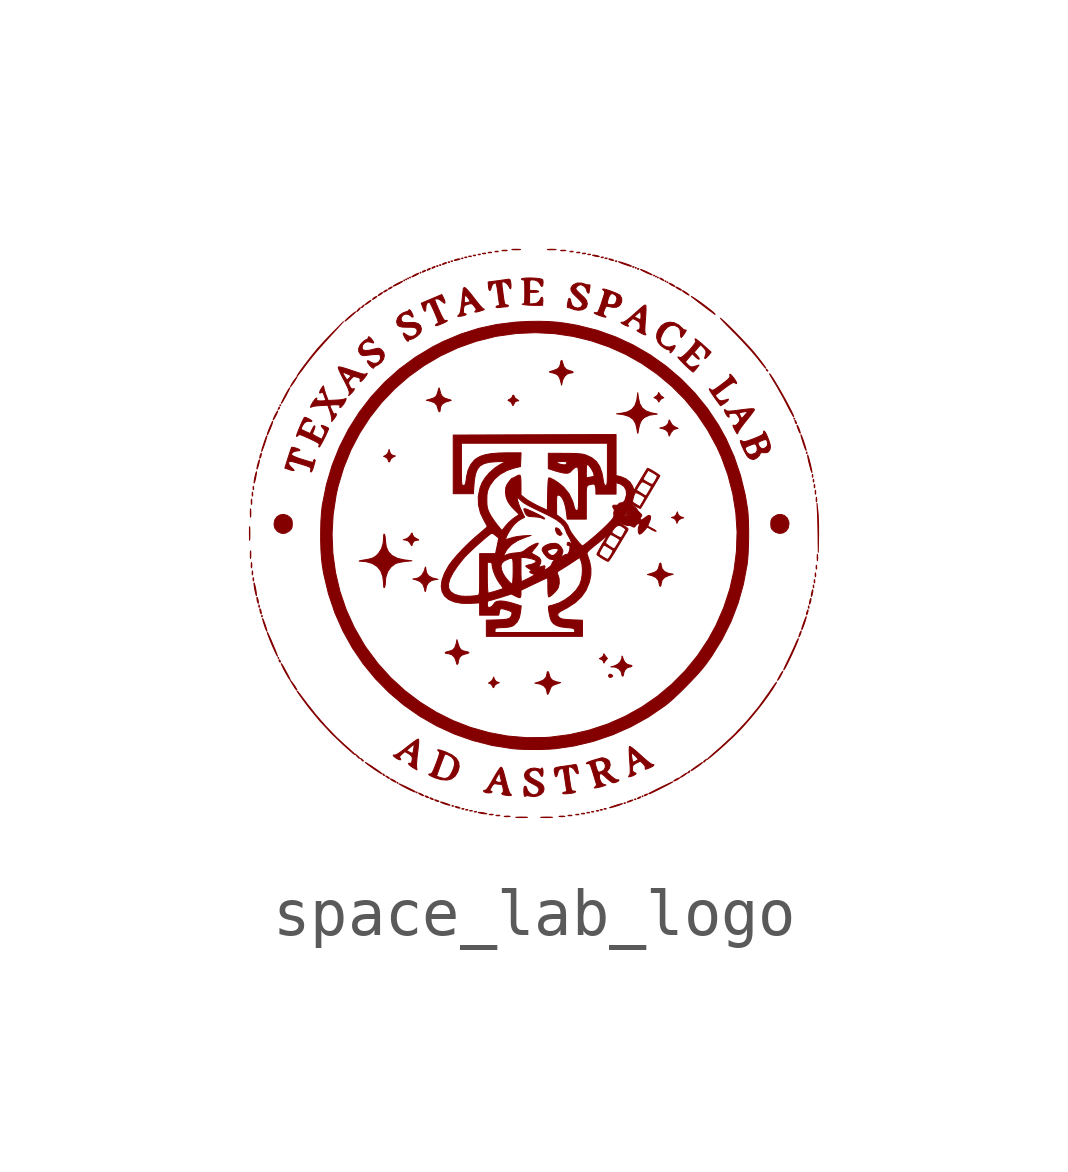
<source format=kicad_sym>
(kicad_symbol_lib
  (version 20241209)
  (generator "kicad_symbol_editor")
  (generator_version "9.0")
  (symbol "space_lab_logo"
    (pin_names
      (offset 1.016))
    (property "Reference" "#G"
      (at 0 6.871 0)
      (effects (font (size 1.27 1.27)) (hide yes)))
    (symbol "space_lab_logo_0_0"
      (polyline (pts (xy -5.87 -0.315) (xy -5.868 -0.276) (xy -5.867 -0.177) (xy -5.87 -0.085) (xy -5.87 -0.079) (xy -5.873 -0.058) (xy -5.875 -0.074) (xy -5.877 -0.122) (xy -5.877 -0.2) (xy -5.877 -0.214) (xy -5.876 -0.287) (xy -5.875 -0.331) (xy -5.873 -0.342) (xy -5.87 -0.315)) (stroke (width 0.01) (type default)) (fill (type outline)))
      (polyline (pts (xy -5.85 0.155) (xy -5.85 0.157) (xy -5.847 0.224) (xy -5.85 0.295) (xy -5.851 0.303) (xy -5.855 0.313) (xy -5.857 0.287) (xy -5.858 0.23) (xy -5.858 0.215) (xy -5.857 0.162) (xy -5.854 0.141) (xy -5.85 0.155)) (stroke (width 0.01) (type default)) (fill (type outline)))
      (polyline (pts (xy -5.85 -0.706) (xy -5.847 -0.646) (xy -5.85 -0.575) (xy -5.851 -0.572) (xy -5.854 -0.561) (xy -5.857 -0.586) (xy -5.858 -0.64) (xy -5.858 -0.649) (xy -5.857 -0.7) (xy -5.854 -0.721) (xy -5.85 -0.706)) (stroke (width 0.01) (type default)) (fill (type outline)))
      (polyline (pts (xy -5.83 0.415) (xy -5.827 0.447) (xy -5.83 0.505) (xy -5.834 0.516) (xy -5.838 0.504) (xy -5.839 0.46) (xy -5.839 0.431) (xy -5.835 0.406) (xy -5.83 0.415)) (stroke (width 0.01) (type default)) (fill (type outline)))
      (polyline (pts (xy -5.83 -0.906) (xy -5.827 -0.874) (xy -5.83 -0.816) (xy -5.834 -0.805) (xy -5.838 -0.817) (xy -5.839 -0.861) (xy -5.839 -0.89) (xy -5.835 -0.915) (xy -5.83 -0.906)) (stroke (width 0.01) (type default)) (fill (type outline)))
      (polyline (pts (xy -5.811 0.586) (xy -5.808 0.605) (xy -5.811 0.656) (xy -5.813 0.661) (xy -5.818 0.657) (xy -5.82 0.621) (xy -5.82 0.607) (xy -5.817 0.579) (xy -5.811 0.586)) (stroke (width 0.01) (type default)) (fill (type outline)))
      (polyline (pts (xy -5.811 -1.056) (xy -5.808 -1.036) (xy -5.811 -0.986) (xy -5.813 -0.98) (xy -5.818 -0.984) (xy -5.82 -1.021) (xy -5.82 -1.034) (xy -5.817 -1.062) (xy -5.811 -1.056)) (stroke (width 0.01) (type default)) (fill (type outline)))
      (polyline (pts (xy -5.792 0.715) (xy -5.788 0.732) (xy -5.791 0.775) (xy -5.792 0.779) (xy -5.798 0.782) (xy -5.801 0.751) (xy -5.801 0.746) (xy -5.798 0.715) (xy -5.792 0.715)) (stroke (width 0.01) (type default)) (fill (type outline)))
      (polyline (pts (xy -5.792 -1.186) (xy -5.788 -1.17) (xy -5.791 -1.126) (xy -5.792 -1.123) (xy -5.798 -1.12) (xy -5.801 -1.151) (xy -5.801 -1.156) (xy -5.798 -1.187) (xy -5.792 -1.186)) (stroke (width 0.01) (type default)) (fill (type outline)))
      (polyline (pts (xy -5.767 0.877) (xy -5.753 0.931) (xy -5.742 0.987) (xy -5.731 1.046) (xy -5.728 1.081) (xy -5.728 1.086) (xy -5.734 1.081) (xy -5.745 1.05) (xy -5.757 1.002) (xy -5.769 0.948) (xy -5.777 0.898) (xy -5.781 0.861) (xy -5.781 0.861) (xy -5.777 0.852) (xy -5.767 0.877)) (stroke (width 0.01) (type default)) (fill (type outline)))
      (polyline (pts (xy -5.73 -1.472) (xy -5.736 -1.421) (xy -5.747 -1.353) (xy -5.747 -1.351) (xy -5.761 -1.287) (xy -5.773 -1.243) (xy -5.78 -1.23) (xy -5.782 -1.252) (xy -5.776 -1.303) (xy -5.765 -1.371) (xy -5.764 -1.373) (xy -5.751 -1.437) (xy -5.739 -1.481) (xy -5.731 -1.494) (xy -5.73 -1.472)) (stroke (width 0.01) (type default)) (fill (type outline)))
      (polyline (pts (xy -5.708 1.163) (xy -5.693 1.211) (xy -5.683 1.248) (xy -5.671 1.302) (xy -5.667 1.331) (xy -5.67 1.335) (xy -5.679 1.317) (xy -5.693 1.278) (xy -5.706 1.23) (xy -5.717 1.184) (xy -5.721 1.151) (xy -5.718 1.143) (xy -5.708 1.163)) (stroke (width 0.01) (type default)) (fill (type outline)))
      (polyline (pts (xy -5.69 -1.635) (xy -5.697 -1.584) (xy -5.698 -1.578) (xy -5.71 -1.54) (xy -5.719 -1.529) (xy -5.72 -1.53) (xy -5.721 -1.555) (xy -5.715 -1.601) (xy -5.703 -1.641) (xy -5.693 -1.655) (xy -5.69 -1.635)) (stroke (width 0.01) (type default)) (fill (type outline)))
      (polyline (pts (xy -5.668 -1.729) (xy -5.671 -1.698) (xy -5.678 -1.688) (xy -5.683 -1.71) (xy -5.681 -1.73) (xy -5.672 -1.736) (xy -5.668 -1.729)) (stroke (width 0.01) (type default)) (fill (type outline)))
      (polyline (pts (xy -5.644 1.391) (xy -5.635 1.418) (xy -5.627 1.461) (xy -5.631 1.473) (xy -5.644 1.451) (xy -5.654 1.424) (xy -5.662 1.381) (xy -5.658 1.369) (xy -5.644 1.391)) (stroke (width 0.01) (type default)) (fill (type outline)))
      (polyline (pts (xy -5.629 -1.855) (xy -5.636 -1.813) (xy -5.648 -1.778) (xy -5.658 -1.768) (xy -5.66 -1.788) (xy -5.653 -1.83) (xy -5.641 -1.865) (xy -5.631 -1.875) (xy -5.629 -1.855)) (stroke (width 0.01) (type default)) (fill (type outline)))
      (polyline (pts (xy -5.609 1.536) (xy -5.589 1.588) (xy -5.563 1.66) (xy -5.551 1.696) (xy -5.529 1.766) (xy -5.515 1.815) (xy -5.513 1.836) (xy -5.522 1.822) (xy -5.539 1.781) (xy -5.561 1.721) (xy -5.583 1.654) (xy -5.604 1.59) (xy -5.618 1.539) (xy -5.623 1.511) (xy -5.621 1.511) (xy -5.609 1.536)) (stroke (width 0.01) (type default)) (fill (type outline)))
      (polyline (pts (xy -5.609 -1.932) (xy -5.611 -1.908) (xy -5.617 -1.905) (xy -5.625 -1.921) (xy -5.623 -1.932) (xy -5.611 -1.935) (xy -5.609 -1.932)) (stroke (width 0.01) (type default)) (fill (type outline)))
      (polyline (pts (xy -5.512 -2.235) (xy -5.516 -2.21) (xy -5.531 -2.158) (xy -5.553 -2.09) (xy -5.558 -2.076) (xy -5.58 -2.017) (xy -5.596 -1.979) (xy -5.603 -1.973) (xy -5.598 -1.999) (xy -5.584 -2.052) (xy -5.562 -2.119) (xy -5.54 -2.181) (xy -5.522 -2.223) (xy -5.512 -2.236) (xy -5.512 -2.235)) (stroke (width 0.01) (type default)) (fill (type outline)))
      (polyline (pts (xy -5.491 1.874) (xy -5.47 1.92) (xy -5.436 2) (xy -5.435 2.003) (xy -5.41 2.067) (xy -5.395 2.115) (xy -5.392 2.136) (xy -5.395 2.134) (xy -5.409 2.108) (xy -5.431 2.06) (xy -5.456 2.001) (xy -5.48 1.942) (xy -5.497 1.894) (xy -5.504 1.868) (xy -5.502 1.859) (xy -5.491 1.874)) (stroke (width 0.01) (type default)) (fill (type outline)))
      (polyline (pts (xy -5.361 2.195) (xy -5.334 2.242) (xy -5.317 2.275) (xy -5.295 2.324) (xy -5.286 2.352) (xy -5.29 2.353) (xy -5.307 2.329) (xy -5.334 2.282) (xy -5.351 2.249) (xy -5.374 2.2) (xy -5.383 2.172) (xy -5.379 2.171) (xy -5.361 2.195)) (stroke (width 0.01) (type default)) (fill (type outline)))
      (polyline (pts (xy -5.292 -2.753) (xy -5.302 -2.723) (xy -5.324 -2.667) (xy -5.353 -2.594) (xy -5.388 -2.512) (xy -5.423 -2.428) (xy -5.457 -2.352) (xy -5.485 -2.292) (xy -5.486 -2.291) (xy -5.502 -2.261) (xy -5.504 -2.263) (xy -5.496 -2.292) (xy -5.478 -2.341) (xy -5.453 -2.405) (xy -5.423 -2.479) (xy -5.389 -2.558) (xy -5.356 -2.632) (xy -5.325 -2.698) (xy -5.302 -2.742) (xy -5.292 -2.757) (xy -5.292 -2.753)) (stroke (width 0.01) (type default)) (fill (type outline)))
      (polyline (pts (xy -5.264 -2.792) (xy -5.274 -2.782) (xy -5.284 -2.792) (xy -5.274 -2.802) (xy -5.264 -2.792)) (stroke (width 0.01) (type default)) (fill (type outline)))
      (polyline (pts (xy -5.262 2.397) (xy -5.25 2.411) (xy -5.248 2.433) (xy -5.257 2.432) (xy -5.273 2.408) (xy -5.274 2.404) (xy -5.279 2.384) (xy -5.262 2.397)) (stroke (width 0.01) (type default)) (fill (type outline)))
      (polyline (pts (xy -5.237 -2.851) (xy -5.245 -2.837) (xy -5.259 -2.83) (xy -5.261 -2.835) (xy -5.255 -2.861) (xy -5.246 -2.874) (xy -5.232 -2.88) (xy -5.237 -2.851)) (stroke (width 0.01) (type default)) (fill (type outline)))
      (polyline (pts (xy -5.224 2.472) (xy -5.234 2.482) (xy -5.244 2.472) (xy -5.234 2.462) (xy -5.224 2.472)) (stroke (width 0.01) (type default)) (fill (type outline)))
      (polyline (pts (xy -5.2 2.526) (xy -5.175 2.565) (xy -5.144 2.62) (xy -5.11 2.682) (xy -5.079 2.743) (xy -5.053 2.793) (xy -5.039 2.826) (xy -5.04 2.832) (xy -5.046 2.825) (xy -5.071 2.786) (xy -5.106 2.726) (xy -5.146 2.652) (xy -5.166 2.613) (xy -5.195 2.555) (xy -5.211 2.519) (xy -5.21 2.512) (xy -5.2 2.526)) (stroke (width 0.01) (type default)) (fill (type outline)))
      (polyline (pts (xy -5.124 -0.193) (xy -5.045 -0.148) (xy -5.042 -0.145) (xy -5.005 -0.106) (xy -4.988 -0.064) (xy -4.984 0) (xy -4.984 0.006) (xy -4.989 0.068) (xy -5.007 0.11) (xy -5.045 0.148) (xy -5.086 0.176) (xy -5.164 0.199) (xy -5.239 0.188) (xy -5.303 0.149) (xy -5.348 0.085) (xy -5.364 0) (xy -5.363 -0.027) (xy -5.348 -0.087) (xy -5.306 -0.142) (xy -5.278 -0.166) (xy -5.203 -0.199) (xy -5.124 -0.193)) (stroke (width 0.01) (type default)) (fill (type outline)))
      (polyline (pts (xy -5.031 -3.241) (xy -5.04 -3.219) (xy -5.062 -3.172) (xy -5.094 -3.112) (xy -5.129 -3.047) (xy -5.163 -2.985) (xy -5.192 -2.938) (xy -5.21 -2.912) (xy -5.213 -2.91) (xy -5.209 -2.926) (xy -5.191 -2.966) (xy -5.163 -3.023) (xy -5.128 -3.09) (xy -5.09 -3.157) (xy -5.072 -3.187) (xy -5.046 -3.227) (xy -5.032 -3.243) (xy -5.031 -3.241)) (stroke (width 0.01) (type default)) (fill (type outline)))
      (polyline (pts (xy -4.988 2.901) (xy -4.951 2.952) (xy -4.914 3.011) (xy -4.88 3.072) (xy -4.92 3.024) (xy -4.957 2.973) (xy -4.994 2.914) (xy -5.027 2.852) (xy -4.988 2.901)) (stroke (width 0.01) (type default)) (fill (type outline)))
      (polyline (pts (xy -4.889 -3.46) (xy -4.898 -3.436) (xy -4.922 -3.395) (xy -4.955 -3.346) (xy -4.989 -3.301) (xy -5.029 -3.252) (xy -4.996 -3.308) (xy -4.967 -3.356) (xy -4.932 -3.413) (xy -4.906 -3.448) (xy -4.891 -3.463) (xy -4.889 -3.46)) (stroke (width 0.01) (type default)) (fill (type outline)))
      (polyline (pts (xy -4.872 3.09) (xy -4.841 3.129) (xy -4.787 3.199) (xy -4.71 3.303) (xy -4.708 3.305) (xy -4.649 3.384) (xy -4.587 3.462) (xy -4.52 3.544) (xy -4.443 3.634) (xy -4.351 3.738) (xy -4.24 3.861) (xy -4.106 4.008) (xy -3.918 4.213) (xy -4.125 4.003) (xy -4.136 3.992) (xy -4.225 3.901) (xy -4.316 3.805) (xy -4.398 3.715) (xy -4.462 3.644) (xy -4.472 3.631) (xy -4.532 3.559) (xy -4.6 3.474) (xy -4.671 3.382) (xy -4.74 3.291) (xy -4.8 3.21) (xy -4.846 3.144) (xy -4.873 3.103) (xy -4.882 3.084) (xy -4.872 3.09)) (stroke (width 0.01) (type default)) (fill (type outline)))
      (polyline (pts (xy -4.584 1.088) (xy -4.565 1.121) (xy -4.545 1.176) (xy -4.537 1.206) (xy -4.52 1.266) (xy -4.509 1.306) (xy -4.507 1.326) (xy -4.521 1.341) (xy -4.532 1.338) (xy -4.544 1.311) (xy -4.544 1.308) (xy -4.545 1.293) (xy -4.553 1.285) (xy -4.574 1.286) (xy -4.615 1.295) (xy -4.682 1.315) (xy -4.78 1.345) (xy -4.848 1.367) (xy -4.923 1.396) (xy -4.976 1.42) (xy -4.999 1.438) (xy -5.001 1.453) (xy -4.982 1.486) (xy -4.938 1.511) (xy -4.88 1.521) (xy -4.841 1.526) (xy -4.824 1.538) (xy -4.839 1.552) (xy -4.879 1.57) (xy -4.929 1.586) (xy -4.973 1.596) (xy -4.997 1.595) (xy -5.004 1.579) (xy -5.021 1.531) (xy -5.045 1.46) (xy -5.073 1.374) (xy -5.139 1.163) (xy -5.048 1.132) (xy -5.018 1.122) (xy -4.97 1.111) (xy -4.947 1.111) (xy -4.947 1.116) (xy -4.965 1.141) (xy -5.003 1.177) (xy -5.049 1.227) (xy -5.061 1.272) (xy -5.06 1.276) (xy -5.053 1.293) (xy -5.039 1.302) (xy -5.01 1.302) (xy -4.962 1.292) (xy -4.888 1.271) (xy -4.782 1.239) (xy -4.763 1.233) (xy -4.682 1.207) (xy -4.632 1.188) (xy -4.606 1.171) (xy -4.597 1.153) (xy -4.599 1.13) (xy -4.603 1.103) (xy -4.598 1.081) (xy -4.584 1.088)) (stroke (width 0.01) (type default)) (fill (type outline)))
      (polyline (pts (xy -4.41 1.616) (xy -4.384 1.658) (xy -4.351 1.719) (xy -4.314 1.79) (xy -4.279 1.861) (xy -4.25 1.925) (xy -4.231 1.971) (xy -4.228 1.992) (xy -4.232 1.995) (xy -4.269 2.016) (xy -4.315 2.037) (xy -4.357 2.051) (xy -4.379 2.053) (xy -4.379 2.052) (xy -4.374 2.03) (xy -4.347 1.995) (xy -4.325 1.971) (xy -4.307 1.935) (xy -4.311 1.894) (xy -4.337 1.833) (xy -4.37 1.764) (xy -4.467 1.813) (xy -4.505 1.833) (xy -4.547 1.859) (xy -4.564 1.873) (xy -4.563 1.876) (xy -4.553 1.907) (xy -4.533 1.955) (xy -4.527 1.97) (xy -4.514 2.015) (xy -4.513 2.038) (xy -4.52 2.043) (xy -4.531 2.038) (xy -4.548 2.012) (xy -4.576 1.958) (xy -4.614 1.883) (xy -4.703 1.923) (xy -4.733 1.937) (xy -4.778 1.959) (xy -4.799 1.97) (xy -4.8 1.973) (xy -4.791 2.003) (xy -4.771 2.05) (xy -4.73 2.107) (xy -4.675 2.139) (xy -4.614 2.135) (xy -4.599 2.131) (xy -4.575 2.14) (xy -4.574 2.141) (xy -4.589 2.158) (xy -4.625 2.181) (xy -4.67 2.204) (xy -4.71 2.219) (xy -4.731 2.22) (xy -4.736 2.212) (xy -4.759 2.17) (xy -4.788 2.108) (xy -4.82 2.035) (xy -4.851 1.961) (xy -4.876 1.896) (xy -4.893 1.848) (xy -4.896 1.827) (xy -4.884 1.824) (xy -4.862 1.845) (xy -4.859 1.85) (xy -4.846 1.859) (xy -4.822 1.859) (xy -4.782 1.846) (xy -4.718 1.819) (xy -4.625 1.777) (xy -4.595 1.763) (xy -4.512 1.723) (xy -4.459 1.694) (xy -4.43 1.673) (xy -4.421 1.655) (xy -4.425 1.638) (xy -4.435 1.613) (xy -4.423 1.601) (xy -4.41 1.616)) (stroke (width 0.01) (type default)) (fill (type outline)))
      (polyline (pts (xy -4.113 2.192) (xy -4.105 2.202) (xy -4.072 2.253) (xy -4.064 2.289) (xy -4.083 2.302) (xy -4.091 2.3) (xy -4.105 2.277) (xy -4.11 2.278) (xy -4.128 2.304) (xy -4.151 2.346) (xy -4.175 2.395) (xy -4.194 2.439) (xy -4.202 2.467) (xy -4.192 2.473) (xy -4.152 2.48) (xy -4.091 2.482) (xy -4.067 2.482) (xy -4.014 2.479) (xy -3.991 2.469) (xy -3.99 2.452) (xy -3.992 2.449) (xy -3.994 2.424) (xy -3.978 2.425) (xy -3.95 2.451) (xy -3.914 2.497) (xy -3.905 2.509) (xy -3.877 2.561) (xy -3.863 2.599) (xy -3.866 2.616) (xy -3.888 2.606) (xy -3.893 2.604) (xy -3.932 2.593) (xy -3.996 2.584) (xy -4.075 2.579) (xy -4.238 2.572) (xy -4.279 2.682) (xy -4.296 2.73) (xy -4.317 2.796) (xy -4.327 2.842) (xy -4.33 2.861) (xy -4.337 2.875) (xy -4.352 2.861) (xy -4.381 2.816) (xy -4.404 2.774) (xy -4.416 2.736) (xy -4.407 2.723) (xy -4.378 2.739) (xy -4.363 2.746) (xy -4.345 2.733) (xy -4.324 2.687) (xy -4.32 2.674) (xy -4.301 2.621) (xy -4.288 2.587) (xy -4.29 2.575) (xy -4.319 2.565) (xy -4.383 2.562) (xy -4.397 2.562) (xy -4.452 2.565) (xy -4.476 2.574) (xy -4.476 2.592) (xy -4.475 2.596) (xy -4.472 2.621) (xy -4.487 2.618) (xy -4.515 2.591) (xy -4.551 2.542) (xy -4.551 2.542) (xy -4.585 2.485) (xy -4.602 2.445) (xy -4.601 2.427) (xy -4.579 2.438) (xy -4.576 2.439) (xy -4.539 2.45) (xy -4.477 2.459) (xy -4.399 2.465) (xy -4.245 2.473) (xy -4.204 2.36) (xy -4.188 2.31) (xy -4.17 2.241) (xy -4.163 2.19) (xy -4.162 2.132) (xy -4.113 2.192)) (stroke (width 0.01) (type default)) (fill (type outline)))
      (polyline (pts (xy -3.876 4.23) (xy -3.841 4.258) (xy -3.788 4.302) (xy -3.768 4.319) (xy -3.715 4.367) (xy -3.677 4.402) (xy -3.663 4.418) (xy -3.664 4.419) (xy -3.682 4.408) (xy -3.72 4.379) (xy -3.767 4.34) (xy -3.817 4.296) (xy -3.859 4.257) (xy -3.885 4.229) (xy -3.888 4.224) (xy -3.876 4.23)) (stroke (width 0.01) (type default)) (fill (type outline)))
      (polyline (pts (xy -3.764 2.712) (xy -3.729 2.748) (xy -3.699 2.789) (xy -3.695 2.798) (xy -3.691 2.818) (xy -3.717 2.814) (xy -3.735 2.811) (xy -3.762 2.827) (xy -3.79 2.874) (xy -3.802 2.9) (xy -3.813 2.937) (xy -3.804 2.967) (xy -3.771 3.009) (xy -3.758 3.024) (xy -3.724 3.058) (xy -3.705 3.072) (xy -3.704 3.072) (xy -3.675 3.066) (xy -3.626 3.055) (xy -3.601 3.048) (xy -3.571 3.029) (xy -3.569 3) (xy -3.573 2.976) (xy -3.562 2.965) (xy -3.532 2.985) (xy -3.484 3.037) (xy -3.477 3.046) (xy -3.442 3.094) (xy -3.424 3.127) (xy -3.426 3.139) (xy -3.45 3.125) (xy -3.463 3.119) (xy -3.495 3.12) (xy -3.549 3.132) (xy -3.629 3.157) (xy -3.742 3.195) (xy -3.845 3.23) (xy -3.936 3.257) (xy -3.997 3.271) (xy -4.025 3.269) (xy -4.025 3.249) (xy -4.007 3.197) (xy -3.991 3.163) (xy -3.937 3.163) (xy -3.922 3.158) (xy -3.881 3.143) (xy -3.831 3.122) (xy -3.787 3.102) (xy -3.765 3.091) (xy -3.769 3.074) (xy -3.793 3.043) (xy -3.821 3.016) (xy -3.842 3.002) (xy -3.849 3.006) (xy -3.871 3.035) (xy -3.901 3.083) (xy -3.914 3.108) (xy -3.933 3.147) (xy -3.937 3.163) (xy -3.991 3.163) (xy -3.97 3.116) (xy -3.914 3.009) (xy -3.897 2.977) (xy -3.846 2.876) (xy -3.813 2.803) (xy -3.798 2.753) (xy -3.797 2.72) (xy -3.809 2.672) (xy -3.764 2.712)) (stroke (width 0.01) (type default)) (fill (type outline)))
      (polyline (pts (xy -3.684 -4.802) (xy -3.689 -4.793) (xy -3.708 -4.772) (xy -3.747 -4.736) (xy -3.808 -4.68) (xy -3.897 -4.602) (xy -4.072 -4.439) (xy -4.283 -4.22) (xy -4.489 -3.984) (xy -4.679 -3.743) (xy -4.702 -3.712) (xy -4.763 -3.632) (xy -4.814 -3.564) (xy -4.852 -3.515) (xy -4.87 -3.493) (xy -4.876 -3.487) (xy -4.884 -3.484) (xy -4.868 -3.51) (xy -4.83 -3.565) (xy -4.771 -3.646) (xy -4.692 -3.753) (xy -4.628 -3.838) (xy -4.402 -4.111) (xy -4.161 -4.37) (xy -3.917 -4.603) (xy -3.877 -4.639) (xy -3.804 -4.704) (xy -3.744 -4.756) (xy -3.704 -4.791) (xy -3.688 -4.804) (xy -3.684 -4.802)) (stroke (width 0.01) (type default)) (fill (type outline)))
      (polyline (pts (xy -3.623 4.434) (xy -3.593 4.464) (xy -3.571 4.491) (xy -3.567 4.504) (xy -3.583 4.493) (xy -3.613 4.464) (xy -3.635 4.436) (xy -3.639 4.423) (xy -3.623 4.434)) (stroke (width 0.01) (type default)) (fill (type outline)))
      (polyline (pts (xy -3.585 -4.883) (xy -3.59 -4.867) (xy -3.628 -4.832) (xy -3.673 -4.794) (xy -3.635 -4.839) (xy -3.606 -4.87) (xy -3.59 -4.884) (xy -3.585 -4.883)) (stroke (width 0.01) (type default)) (fill (type outline)))
      (polyline (pts (xy -3.503 -4.936) (xy -3.51 -4.926) (xy -3.538 -4.901) (xy -3.552 -4.89) (xy -3.563 -4.885) (xy -3.545 -4.909) (xy -3.539 -4.917) (xy -3.513 -4.942) (xy -3.503 -4.936)) (stroke (width 0.01) (type default)) (fill (type outline)))
      (polyline (pts (xy -3.5 4.539) (xy -3.489 4.553) (xy -3.484 4.564) (xy -3.508 4.546) (xy -3.529 4.528) (xy -3.543 4.511) (xy -3.542 4.508) (xy -3.53 4.508) (xy -3.5 4.539)) (stroke (width 0.01) (type default)) (fill (type outline)))
      (polyline (pts (xy -3.441 4.579) (xy -3.403 4.604) (xy -3.393 4.61) (xy -3.357 4.639) (xy -3.343 4.656) (xy -3.344 4.657) (xy -3.364 4.649) (xy -3.403 4.624) (xy -3.412 4.617) (xy -3.448 4.588) (xy -3.463 4.571) (xy -3.462 4.57) (xy -3.441 4.579)) (stroke (width 0.01) (type default)) (fill (type outline)))
      (polyline (pts (xy -3.283 3.26) (xy -3.283 3.261) (xy -3.264 3.281) (xy -3.222 3.303) (xy -3.194 3.316) (xy -3.126 3.369) (xy -3.082 3.435) (xy -3.066 3.506) (xy -3.08 3.574) (xy -3.127 3.629) (xy -3.139 3.638) (xy -3.167 3.655) (xy -3.197 3.659) (xy -3.24 3.652) (xy -3.31 3.634) (xy -3.364 3.621) (xy -3.452 3.611) (xy -3.508 3.624) (xy -3.53 3.659) (xy -3.521 3.718) (xy -3.518 3.726) (xy -3.476 3.775) (xy -3.416 3.796) (xy -3.35 3.785) (xy -3.322 3.774) (xy -3.292 3.771) (xy -3.293 3.793) (xy -3.325 3.841) (xy -3.329 3.846) (xy -3.371 3.89) (xy -3.395 3.899) (xy -3.403 3.873) (xy -3.406 3.859) (xy -3.432 3.843) (xy -3.446 3.839) (xy -3.486 3.813) (xy -3.532 3.772) (xy -3.568 3.73) (xy -3.601 3.658) (xy -3.599 3.59) (xy -3.563 3.533) (xy -3.534 3.514) (xy -3.493 3.506) (xy -3.428 3.512) (xy -3.408 3.515) (xy -3.322 3.525) (xy -3.243 3.53) (xy -3.213 3.531) (xy -3.172 3.527) (xy -3.153 3.511) (xy -3.146 3.476) (xy -3.149 3.43) (xy -3.179 3.378) (xy -3.23 3.348) (xy -3.292 3.345) (xy -3.354 3.372) (xy -3.373 3.385) (xy -3.41 3.402) (xy -3.422 3.392) (xy -3.41 3.358) (xy -3.371 3.304) (xy -3.365 3.297) (xy -3.322 3.256) (xy -3.293 3.243) (xy -3.283 3.26)) (stroke (width 0.01) (type default)) (fill (type outline)))
      (polyline (pts (xy -3.275 4.694) (xy -3.273 4.695) (xy -3.237 4.721) (xy -3.223 4.737) (xy -3.232 4.738) (xy -3.26 4.725) (xy -3.292 4.703) (xy -3.314 4.681) (xy -3.315 4.679) (xy -3.307 4.677) (xy -3.275 4.694)) (stroke (width 0.01) (type default)) (fill (type outline)))
      (polyline (pts (xy -3.155 4.774) (xy -3.153 4.775) (xy -3.117 4.801) (xy -3.103 4.817) (xy -3.112 4.819) (xy -3.14 4.805) (xy -3.172 4.783) (xy -3.194 4.762) (xy -3.195 4.759) (xy -3.187 4.757) (xy -3.155 4.774)) (stroke (width 0.01) (type default)) (fill (type outline)))
      (polyline (pts (xy -3.134 -5.187) (xy -3.156 -5.17) (xy -3.201 -5.137) (xy -3.259 -5.098) (xy -3.32 -5.056) (xy -3.379 -5.018) (xy -3.428 -4.987) (xy -3.458 -4.97) (xy -3.463 -4.97) (xy -3.454 -4.977) (xy -3.414 -5.009) (xy -3.354 -5.053) (xy -3.284 -5.102) (xy -3.23 -5.139) (xy -3.168 -5.179) (xy -3.129 -5.202) (xy -3.116 -5.205) (xy -3.134 -5.187)) (stroke (width 0.01) (type default)) (fill (type outline)))
      (polyline (pts (xy -3.068 -5.244) (xy -3.064 -5.232) (xy -3.086 -5.212) (xy -3.097 -5.207) (xy -3.094 -5.221) (xy -3.088 -5.23) (xy -3.071 -5.244) (xy -3.068 -5.244)) (stroke (width 0.01) (type default)) (fill (type outline)))
      (polyline (pts (xy -3.062 -1.321) (xy -3.057 -1.308) (xy -3.047 -1.259) (xy -3.043 -1.195) (xy -3.035 -1.111) (xy -2.997 -0.994) (xy -2.929 -0.898) (xy -2.837 -0.828) (xy -2.79 -0.812) (xy -2.718 -0.796) (xy -2.637 -0.784) (xy -2.492 -0.768) (xy -2.632 -0.752) (xy -2.655 -0.749) (xy -2.796 -0.716) (xy -2.905 -0.659) (xy -2.982 -0.58) (xy -3.027 -0.475) (xy -3.043 -0.346) (xy -3.044 -0.317) (xy -3.051 -0.257) (xy -3.062 -0.22) (xy -3.072 -0.212) (xy -3.08 -0.233) (xy -3.082 -0.29) (xy -3.091 -0.402) (xy -3.125 -0.517) (xy -3.186 -0.612) (xy -3.222 -0.65) (xy -3.266 -0.687) (xy -3.316 -0.713) (xy -3.384 -0.732) (xy -3.48 -0.75) (xy -3.501 -0.753) (xy -3.564 -0.765) (xy -3.591 -0.772) (xy -3.584 -0.776) (xy -3.547 -0.778) (xy -3.451 -0.786) (xy -3.319 -0.823) (xy -3.216 -0.887) (xy -3.142 -0.978) (xy -3.098 -1.097) (xy -3.082 -1.243) (xy -3.08 -1.298) (xy -3.074 -1.327) (xy -3.062 -1.321)) (stroke (width 0.01) (type default)) (fill (type outline)))
      (polyline (pts (xy -3.042 4.844) (xy -3.018 4.859) (xy -3.002 4.875) (xy -3.011 4.877) (xy -3.042 4.864) (xy -3.067 4.848) (xy -3.083 4.832) (xy -3.073 4.831) (xy -3.042 4.844)) (stroke (width 0.01) (type default)) (fill (type outline)))
      (polyline (pts (xy -2.962 -5.295) (xy -2.973 -5.284) (xy -3.007 -5.264) (xy -3.032 -5.252) (xy -3.039 -5.252) (xy -3.014 -5.273) (xy -2.993 -5.289) (xy -2.969 -5.303) (xy -2.962 -5.295)) (stroke (width 0.01) (type default)) (fill (type outline)))
      (polyline (pts (xy -2.955 1.298) (xy -2.942 1.332) (xy -2.927 1.359) (xy -2.889 1.388) (xy -2.836 1.415) (xy -2.887 1.428) (xy -2.922 1.445) (xy -2.953 1.496) (xy -2.968 1.551) (xy -2.981 1.501) (xy -2.999 1.466) (xy -3.038 1.429) (xy -3.082 1.407) (xy -3.032 1.385) (xy -3.001 1.362) (xy -2.982 1.32) (xy -2.978 1.297) (xy -2.962 1.291) (xy -2.955 1.298)) (stroke (width 0.01) (type default)) (fill (type outline)))
      (polyline (pts (xy -2.942 4.904) (xy -2.918 4.919) (xy -2.902 4.935) (xy -2.911 4.937) (xy -2.942 4.924) (xy -2.967 4.909) (xy -2.982 4.893) (xy -2.973 4.891) (xy -2.942 4.904)) (stroke (width 0.01) (type default)) (fill (type outline)))
      (polyline (pts (xy -2.873 4.954) (xy -2.836 4.968) (xy -2.782 4.994) (xy -2.741 5.016) (xy -2.699 5.041) (xy -2.682 5.055) (xy -2.692 5.054) (xy -2.728 5.04) (xy -2.782 5.014) (xy -2.824 4.992) (xy -2.866 4.967) (xy -2.882 4.953) (xy -2.873 4.954)) (stroke (width 0.01) (type default)) (fill (type outline)))
      (polyline (pts (xy -2.822 -5.375) (xy -2.822 -5.374) (xy -2.842 -5.358) (xy -2.882 -5.334) (xy -2.917 -5.318) (xy -2.94 -5.313) (xy -2.931 -5.325) (xy -2.887 -5.353) (xy -2.875 -5.359) (xy -2.839 -5.378) (xy -2.825 -5.382) (xy -2.822 -5.375)) (stroke (width 0.01) (type default)) (fill (type outline)))
      (polyline (pts (xy -2.782 -5.394) (xy -2.792 -5.384) (xy -2.802 -5.394) (xy -2.792 -5.404) (xy -2.782 -5.394)) (stroke (width 0.01) (type default)) (fill (type outline)))
      (polyline (pts (xy -2.642 5.074) (xy -2.652 5.084) (xy -2.662 5.074) (xy -2.652 5.064) (xy -2.642 5.074)) (stroke (width 0.01) (type default)) (fill (type outline)))
      (polyline (pts (xy -2.602 5.094) (xy -2.612 5.104) (xy -2.622 5.094) (xy -2.612 5.084) (xy -2.602 5.094)) (stroke (width 0.01) (type default)) (fill (type outline)))
      (polyline (pts (xy -2.562 5.114) (xy -2.572 5.124) (xy -2.582 5.114) (xy -2.572 5.104) (xy -2.562 5.114)) (stroke (width 0.01) (type default)) (fill (type outline)))
      (polyline (pts (xy -2.562 3.823) (xy -2.557 3.833) (xy -2.529 3.843) (xy -2.516 3.844) (xy -2.457 3.865) (xy -2.392 3.906) (xy -2.337 3.955) (xy -2.305 4.004) (xy -2.294 4.068) (xy -2.314 4.13) (xy -2.364 4.174) (xy -2.442 4.197) (xy -2.542 4.195) (xy -2.594 4.191) (xy -2.668 4.198) (xy -2.71 4.228) (xy -2.718 4.28) (xy -2.709 4.31) (xy -2.671 4.354) (xy -2.616 4.373) (xy -2.557 4.361) (xy -2.526 4.341) (xy -2.498 4.316) (xy -2.491 4.309) (xy -2.469 4.31) (xy -2.466 4.324) (xy -2.477 4.363) (xy -2.499 4.409) (xy -2.524 4.447) (xy -2.545 4.464) (xy -2.548 4.463) (xy -2.562 4.446) (xy -2.579 4.43) (xy -2.621 4.417) (xy -2.68 4.395) (xy -2.745 4.348) (xy -2.791 4.288) (xy -2.809 4.226) (xy -2.807 4.194) (xy -2.791 4.144) (xy -2.753 4.114) (xy -2.687 4.1) (xy -2.588 4.098) (xy -2.561 4.098) (xy -2.474 4.096) (xy -2.419 4.083) (xy -2.39 4.057) (xy -2.382 4.017) (xy -2.396 3.965) (xy -2.436 3.924) (xy -2.494 3.906) (xy -2.557 3.912) (xy -2.616 3.947) (xy -2.655 3.976) (xy -2.673 3.974) (xy -2.668 3.943) (xy -2.64 3.884) (xy -2.624 3.857) (xy -2.592 3.815) (xy -2.57 3.803) (xy -2.562 3.823)) (stroke (width 0.01) (type default)) (fill (type outline)))
      (polyline (pts (xy -2.522 5.134) (xy -2.532 5.144) (xy -2.542 5.134) (xy -2.532 5.124) (xy -2.522 5.134)) (stroke (width 0.01) (type default)) (fill (type outline)))
      (polyline (pts (xy -2.487 5.146) (xy -2.451 5.16) (xy -2.402 5.184) (xy -2.385 5.194) (xy -2.354 5.214) (xy -2.352 5.223) (xy -2.357 5.222) (xy -2.393 5.209) (xy -2.442 5.184) (xy -2.459 5.174) (xy -2.489 5.154) (xy -2.492 5.146) (xy -2.487 5.146)) (stroke (width 0.01) (type default)) (fill (type outline)))
      (polyline (pts (xy -2.486 -0.43) (xy -2.478 -0.402) (xy -2.443 -0.355) (xy -2.385 -0.339) (xy -2.372 -0.339) (xy -2.35 -0.336) (xy -2.359 -0.326) (xy -2.402 -0.304) (xy -2.452 -0.27) (xy -2.479 -0.223) (xy -2.48 -0.213) (xy -2.486 -0.191) (xy -2.498 -0.198) (xy -2.523 -0.237) (xy -2.526 -0.241) (xy -2.568 -0.287) (xy -2.616 -0.314) (xy -2.672 -0.329) (xy -2.612 -0.34) (xy -2.567 -0.357) (xy -2.523 -0.41) (xy -2.505 -0.444) (xy -2.493 -0.453) (xy -2.486 -0.43)) (stroke (width 0.01) (type default)) (fill (type outline)))
      (polyline (pts (xy -2.424 -5.577) (xy -2.428 -5.574) (xy -2.46 -5.555) (xy -2.513 -5.528) (xy -2.578 -5.496) (xy -2.644 -5.464) (xy -2.704 -5.437) (xy -2.746 -5.418) (xy -2.762 -5.414) (xy -2.759 -5.417) (xy -2.73 -5.436) (xy -2.677 -5.466) (xy -2.607 -5.503) (xy -2.584 -5.515) (xy -2.505 -5.553) (xy -2.449 -5.578) (xy -2.421 -5.586) (xy -2.424 -5.577)) (stroke (width 0.01) (type default)) (fill (type outline)))
      (polyline (pts (xy -2.388 -5.107) (xy -2.394 -5.066) (xy -2.395 -5.065) (xy -2.396 -5.021) (xy -2.392 -4.949) (xy -2.384 -4.856) (xy -2.372 -4.755) (xy -2.37 -4.746) (xy -2.359 -4.648) (xy -2.352 -4.566) (xy -2.35 -4.508) (xy -2.355 -4.483) (xy -2.359 -4.482) (xy -2.389 -4.496) (xy -2.442 -4.531) (xy -2.511 -4.582) (xy -2.592 -4.646) (xy -2.673 -4.71) (xy -2.688 -4.721) (xy -2.605 -4.721) (xy -2.529 -4.654) (xy -2.5 -4.63) (xy -2.463 -4.601) (xy -2.447 -4.592) (xy -2.446 -4.599) (xy -2.448 -4.635) (xy -2.455 -4.69) (xy -2.464 -4.748) (xy -2.477 -4.776) (xy -2.502 -4.775) (xy -2.549 -4.751) (xy -2.605 -4.721) (xy -2.688 -4.721) (xy -2.757 -4.771) (xy -2.815 -4.807) (xy -2.847 -4.816) (xy -2.873 -4.813) (xy -2.881 -4.825) (xy -2.859 -4.85) (xy -2.811 -4.885) (xy -2.774 -4.905) (xy -2.736 -4.916) (xy -2.723 -4.907) (xy -2.74 -4.877) (xy -2.749 -4.859) (xy -2.74 -4.833) (xy -2.701 -4.796) (xy -2.639 -4.743) (xy -2.56 -4.787) (xy -2.539 -4.8) (xy -2.496 -4.839) (xy -2.482 -4.887) (xy -2.494 -4.957) (xy -2.507 -4.983) (xy -2.534 -4.99) (xy -2.55 -4.985) (xy -2.565 -4.99) (xy -2.554 -5.011) (xy -2.524 -5.04) (xy -2.477 -5.073) (xy -2.447 -5.09) (xy -2.406 -5.114) (xy -2.387 -5.124) (xy -2.388 -5.107)) (stroke (width 0.01) (type default)) (fill (type outline)))
      (polyline (pts (xy -2.382 -5.594) (xy -2.392 -5.584) (xy -2.402 -5.594) (xy -2.392 -5.604) (xy -2.382 -5.594)) (stroke (width 0.01) (type default)) (fill (type outline)))
      (polyline (pts (xy -2.302 5.234) (xy -2.312 5.244) (xy -2.322 5.234) (xy -2.312 5.224) (xy -2.302 5.234)) (stroke (width 0.01) (type default)) (fill (type outline)))
      (polyline (pts (xy -2.258 5.247) (xy -2.222 5.264) (xy -2.208 5.275) (xy -2.212 5.284) (xy -2.225 5.281) (xy -2.262 5.264) (xy -2.275 5.253) (xy -2.272 5.245) (xy -2.258 5.247)) (stroke (width 0.01) (type default)) (fill (type outline)))
      (polyline (pts (xy -2.253 -5.654) (xy -2.282 -5.634) (xy -2.321 -5.615) (xy -2.352 -5.606) (xy -2.353 -5.606) (xy -2.351 -5.614) (xy -2.322 -5.634) (xy -2.283 -5.654) (xy -2.252 -5.663) (xy -2.251 -5.663) (xy -2.253 -5.654)) (stroke (width 0.01) (type default)) (fill (type outline)))
      (polyline (pts (xy -2.204 -1.381) (xy -2.192 -1.315) (xy -2.187 -1.292) (xy -2.146 -1.225) (xy -2.078 -1.178) (xy -1.992 -1.159) (xy -1.979 -1.158) (xy -1.95 -1.156) (xy -1.957 -1.152) (xy -2.002 -1.142) (xy -2.075 -1.122) (xy -2.147 -1.079) (xy -2.188 -1.015) (xy -2.204 -0.924) (xy -2.204 -0.922) (xy -2.207 -0.899) (xy -2.215 -0.91) (xy -2.229 -0.958) (xy -2.239 -0.989) (xy -2.286 -1.068) (xy -2.352 -1.122) (xy -2.428 -1.143) (xy -2.449 -1.144) (xy -2.472 -1.146) (xy -2.461 -1.152) (xy -2.413 -1.163) (xy -2.324 -1.199) (xy -2.262 -1.26) (xy -2.23 -1.348) (xy -2.228 -1.36) (xy -2.22 -1.401) (xy -2.212 -1.409) (xy -2.204 -1.381)) (stroke (width 0.01) (type default)) (fill (type outline)))
      (polyline (pts (xy -2.158 5.287) (xy -2.122 5.304) (xy -2.108 5.315) (xy -2.112 5.324) (xy -2.125 5.321) (xy -2.162 5.304) (xy -2.175 5.293) (xy -2.172 5.285) (xy -2.158 5.287)) (stroke (width 0.01) (type default)) (fill (type outline)))
      (polyline (pts (xy -2.146 -5.7) (xy -2.162 -5.684) (xy -2.179 -5.675) (xy -2.212 -5.665) (xy -2.218 -5.669) (xy -2.202 -5.684) (xy -2.185 -5.694) (xy -2.152 -5.704) (xy -2.146 -5.7)) (stroke (width 0.01) (type default)) (fill (type outline)))
      (polyline (pts (xy -2.058 5.327) (xy -2.022 5.344) (xy -2.008 5.355) (xy -2.012 5.364) (xy -2.025 5.361) (xy -2.062 5.344) (xy -2.075 5.333) (xy -2.072 5.325) (xy -2.058 5.327)) (stroke (width 0.01) (type default)) (fill (type outline)))
      (polyline (pts (xy -2.046 -5.74) (xy -2.062 -5.724) (xy -2.079 -5.715) (xy -2.112 -5.705) (xy -2.118 -5.709) (xy -2.102 -5.724) (xy -2.084 -5.734) (xy -2.052 -5.744) (xy -2.046 -5.74)) (stroke (width 0.01) (type default)) (fill (type outline)))
      (polyline (pts (xy -1.965 4.133) (xy -1.911 4.152) (xy -1.825 4.189) (xy -1.79 4.205) (xy -1.758 4.227) (xy -1.756 4.238) (xy -1.765 4.24) (xy -1.806 4.238) (xy -1.817 4.244) (xy -1.844 4.281) (xy -1.881 4.351) (xy -1.926 4.451) (xy -1.927 4.452) (xy -1.964 4.538) (xy -1.994 4.608) (xy -2.014 4.657) (xy -2.022 4.675) (xy -2.013 4.68) (xy -1.98 4.69) (xy -1.933 4.683) (xy -1.87 4.64) (xy -1.861 4.632) (xy -1.823 4.602) (xy -1.806 4.598) (xy -1.802 4.617) (xy -1.802 4.619) (xy -1.814 4.663) (xy -1.837 4.716) (xy -1.871 4.778) (xy -2.084 4.688) (xy -2.297 4.597) (xy -2.265 4.51) (xy -2.265 4.51) (xy -2.239 4.449) (xy -2.219 4.427) (xy -2.206 4.444) (xy -2.202 4.5) (xy -2.196 4.556) (xy -2.171 4.606) (xy -2.132 4.624) (xy -2.117 4.606) (xy -2.09 4.559) (xy -2.057 4.489) (xy -2.019 4.404) (xy -1.998 4.353) (xy -1.966 4.276) (xy -1.949 4.225) (xy -1.944 4.196) (xy -1.95 4.18) (xy -1.964 4.173) (xy -1.985 4.162) (xy -2.002 4.141) (xy -1.994 4.13) (xy -1.965 4.133)) (stroke (width 0.01) (type default)) (fill (type outline)))
      (polyline (pts (xy -1.951 5.366) (xy -1.948 5.378) (xy -1.951 5.38) (xy -1.975 5.378) (xy -1.978 5.372) (xy -1.962 5.364) (xy -1.951 5.366)) (stroke (width 0.01) (type default)) (fill (type outline)))
      (polyline (pts (xy -1.929 -5.778) (xy -1.952 -5.764) (xy -1.966 -5.759) (xy -2.003 -5.748) (xy -2.017 -5.75) (xy -2.002 -5.764) (xy -1.984 -5.773) (xy -1.942 -5.783) (xy -1.929 -5.778)) (stroke (width 0.01) (type default)) (fill (type outline)))
      (polyline (pts (xy -1.908 2.342) (xy -1.901 2.382) (xy -1.894 2.44) (xy -1.859 2.497) (xy -1.793 2.538) (xy -1.691 2.568) (xy -1.675 2.572) (xy -1.675 2.579) (xy -1.711 2.59) (xy -1.741 2.598) (xy -1.814 2.623) (xy -1.86 2.657) (xy -1.89 2.71) (xy -1.912 2.792) (xy -1.919 2.821) (xy -1.927 2.832) (xy -1.936 2.811) (xy -1.951 2.755) (xy -1.971 2.692) (xy -1.997 2.65) (xy -2.04 2.623) (xy -2.112 2.599) (xy -2.192 2.576) (xy -2.113 2.558) (xy -2.106 2.557) (xy -2.024 2.526) (xy -1.974 2.475) (xy -1.949 2.399) (xy -1.94 2.363) (xy -1.923 2.336) (xy -1.908 2.342)) (stroke (width 0.01) (type default)) (fill (type outline)))
      (polyline (pts (xy -1.891 5.386) (xy -1.888 5.398) (xy -1.891 5.4) (xy -1.915 5.398) (xy -1.918 5.392) (xy -1.901 5.384) (xy -1.891 5.386)) (stroke (width 0.01) (type default)) (fill (type outline)))
      (polyline (pts (xy -1.834 5.409) (xy -1.792 5.424) (xy -1.77 5.437) (xy -1.781 5.443) (xy -1.799 5.441) (xy -1.841 5.424) (xy -1.85 5.419) (xy -1.856 5.407) (xy -1.834 5.409)) (stroke (width 0.01) (type default)) (fill (type outline)))
      (polyline (pts (xy -1.711 5.446) (xy -1.708 5.458) (xy -1.711 5.46) (xy -1.735 5.458) (xy -1.738 5.452) (xy -1.721 5.444) (xy -1.711 5.446)) (stroke (width 0.01) (type default)) (fill (type outline)))
      (polyline (pts (xy -1.7 -5.857) (xy -1.727 -5.843) (xy -1.78 -5.823) (xy -1.827 -5.807) (xy -1.875 -5.794) (xy -1.896 -5.793) (xy -1.894 -5.796) (xy -1.867 -5.811) (xy -1.818 -5.831) (xy -1.794 -5.839) (xy -1.738 -5.855) (xy -1.701 -5.862) (xy -1.7 -5.857)) (stroke (width 0.01) (type default)) (fill (type outline)))
      (polyline (pts (xy -1.667 -5.312) (xy -1.59 -5.253) (xy -1.534 -5.159) (xy -1.507 -5.059) (xy -1.517 -4.967) (xy -1.565 -4.886) (xy -1.652 -4.816) (xy -1.776 -4.756) (xy -1.824 -4.738) (xy -1.899 -4.714) (xy -1.944 -4.704) (xy -1.957 -4.71) (xy -1.936 -4.732) (xy -1.926 -4.741) (xy -1.917 -4.757) (xy -1.917 -4.783) (xy -1.928 -4.825) (xy -1.95 -4.891) (xy -1.986 -4.987) (xy -2.014 -5.059) (xy -2.045 -5.135) (xy -2.069 -5.181) (xy -2.089 -5.204) (xy -2.107 -5.208) (xy -2.126 -5.207) (xy -2.142 -5.22) (xy -2.142 -5.221) (xy -2.121 -5.238) (xy -2.095 -5.251) (xy -1.977 -5.251) (xy -1.967 -5.219) (xy -1.945 -5.156) (xy -1.912 -5.067) (xy -1.87 -4.956) (xy -1.82 -4.829) (xy -1.809 -4.805) (xy -1.788 -4.795) (xy -1.747 -4.808) (xy -1.67 -4.851) (xy -1.618 -4.91) (xy -1.601 -4.982) (xy -1.608 -5.036) (xy -1.631 -5.111) (xy -1.665 -5.186) (xy -1.702 -5.247) (xy -1.738 -5.282) (xy -1.768 -5.295) (xy -1.815 -5.303) (xy -1.848 -5.297) (xy -1.899 -5.284) (xy -1.948 -5.267) (xy -1.977 -5.254) (xy -1.977 -5.251) (xy -2.095 -5.251) (xy -2.072 -5.263) (xy -2.007 -5.291) (xy -1.883 -5.328) (xy -1.765 -5.337) (xy -1.667 -5.312)) (stroke (width 0.01) (type default)) (fill (type outline)))
      (polyline (pts (xy -1.651 5.466) (xy -1.648 5.478) (xy -1.651 5.48) (xy -1.675 5.478) (xy -1.678 5.472) (xy -1.661 5.464) (xy -1.651 5.466)) (stroke (width 0.01) (type default)) (fill (type outline)))
      (polyline (pts (xy -1.631 -5.883) (xy -1.628 -5.871) (xy -1.631 -5.869) (xy -1.655 -5.871) (xy -1.658 -5.877) (xy -1.641 -5.885) (xy -1.631 -5.883)) (stroke (width 0.01) (type default)) (fill (type outline)))
      (polyline (pts (xy -1.568 5.492) (xy -1.521 5.504) (xy -1.503 5.51) (xy -1.489 5.519) (xy -1.511 5.521) (xy -1.539 5.519) (xy -1.591 5.504) (xy -1.611 5.492) (xy -1.601 5.488) (xy -1.568 5.492)) (stroke (width 0.01) (type default)) (fill (type outline)))
      (polyline (pts (xy -1.539 -2.92) (xy -1.53 -2.9) (xy -1.522 -2.852) (xy -1.504 -2.788) (xy -1.455 -2.737) (xy -1.38 -2.71) (xy -1.327 -2.698) (xy -1.304 -2.683) (xy -1.321 -2.668) (xy -1.379 -2.655) (xy -1.425 -2.644) (xy -1.47 -2.62) (xy -1.501 -2.575) (xy -1.528 -2.499) (xy -1.554 -2.412) (xy -1.569 -2.492) (xy -1.572 -2.503) (xy -1.601 -2.582) (xy -1.649 -2.631) (xy -1.725 -2.655) (xy -1.775 -2.667) (xy -1.799 -2.683) (xy -1.79 -2.696) (xy -1.744 -2.702) (xy -1.728 -2.703) (xy -1.656 -2.728) (xy -1.601 -2.784) (xy -1.571 -2.865) (xy -1.565 -2.895) (xy -1.553 -2.926) (xy -1.539 -2.92)) (stroke (width 0.01) (type default)) (fill (type outline)))
      (polyline (pts (xy -1.489 -5.918) (xy -1.511 -5.905) (xy -1.538 -5.895) (xy -1.581 -5.887) (xy -1.593 -5.891) (xy -1.571 -5.905) (xy -1.544 -5.914) (xy -1.501 -5.922) (xy -1.489 -5.918)) (stroke (width 0.01) (type default)) (fill (type outline)))
      (polyline (pts (xy -1.476 4.327) (xy -1.422 4.337) (xy -1.379 4.351) (xy -1.361 4.366) (xy -1.365 4.374) (xy -1.392 4.383) (xy -1.407 4.387) (xy -1.418 4.412) (xy -1.417 4.466) (xy -1.415 4.492) (xy -1.405 4.533) (xy -1.38 4.556) (xy -1.327 4.574) (xy -1.29 4.585) (xy -1.252 4.588) (xy -1.224 4.572) (xy -1.189 4.529) (xy -1.161 4.49) (xy -1.15 4.46) (xy -1.163 4.442) (xy -1.18 4.429) (xy -1.179 4.415) (xy -1.149 4.414) (xy -1.099 4.425) (xy -1.05 4.441) (xy -1.003 4.457) (xy -0.984 4.466) (xy -0.986 4.473) (xy -1.004 4.481) (xy -1.008 4.482) (xy -1.036 4.508) (xy -1.081 4.559) (xy -1.138 4.628) (xy -1.2 4.709) (xy -1.215 4.728) (xy -1.275 4.805) (xy -1.329 4.867) (xy -1.369 4.909) (xy -1.392 4.924) (xy -1.405 4.922) (xy -1.421 4.909) (xy -1.421 4.908) (xy -1.424 4.878) (xy -1.431 4.817) (xy -1.44 4.734) (xy -1.447 4.666) (xy -1.401 4.666) (xy -1.396 4.728) (xy -1.382 4.757) (xy -1.355 4.748) (xy -1.316 4.701) (xy -1.299 4.676) (xy -1.281 4.638) (xy -1.286 4.623) (xy -1.31 4.621) (xy -1.356 4.611) (xy -1.384 4.607) (xy -1.398 4.622) (xy -1.401 4.666) (xy -1.447 4.666) (xy -1.45 4.637) (xy -1.459 4.565) (xy -1.472 4.473) (xy -1.484 4.411) (xy -1.498 4.373) (xy -1.515 4.352) (xy -1.527 4.343) (xy -1.539 4.328) (xy -1.519 4.324) (xy -1.476 4.327)) (stroke (width 0.01) (type default)) (fill (type outline)))
      (polyline (pts (xy -1.431 5.526) (xy -1.428 5.538) (xy -1.431 5.54) (xy -1.454 5.538) (xy -1.458 5.532) (xy -1.441 5.524) (xy -1.431 5.526)) (stroke (width 0.01) (type default)) (fill (type outline)))
      (polyline (pts (xy -1.413 -5.942) (xy -1.407 -5.933) (xy -1.414 -5.929) (xy -1.445 -5.931) (xy -1.454 -5.938) (xy -1.433 -5.943) (xy -1.413 -5.942)) (stroke (width 0.01) (type default)) (fill (type outline)))
      (polyline (pts (xy -1.353 5.547) (xy -1.347 5.556) (xy -1.354 5.561) (xy -1.385 5.558) (xy -1.394 5.551) (xy -1.373 5.546) (xy -1.353 5.547)) (stroke (width 0.01) (type default)) (fill (type outline)))
      (polyline (pts (xy -1.333 -5.962) (xy -1.327 -5.953) (xy -1.334 -5.949) (xy -1.365 -5.951) (xy -1.374 -5.958) (xy -1.353 -5.963) (xy -1.333 -5.962)) (stroke (width 0.01) (type default)) (fill (type outline)))
      (polyline (pts (xy -1.254 5.57) (xy -1.256 5.578) (xy -1.265 5.58) (xy -1.306 5.578) (xy -1.31 5.571) (xy -1.281 5.568) (xy -1.254 5.57)) (stroke (width 0.01) (type default)) (fill (type outline)))
      (polyline (pts (xy -1.234 -5.979) (xy -1.236 -5.971) (xy -1.245 -5.969) (xy -1.286 -5.971) (xy -1.289 -5.978) (xy -1.261 -5.981) (xy -1.234 -5.979)) (stroke (width 0.01) (type default)) (fill (type outline)))
      (polyline (pts (xy -1.172 5.587) (xy -1.166 5.596) (xy -1.173 5.601) (xy -1.205 5.598) (xy -1.214 5.591) (xy -1.193 5.586) (xy -1.172 5.587)) (stroke (width 0.01) (type default)) (fill (type outline)))
      (polyline (pts (xy -1.152 -6.002) (xy -1.146 -5.993) (xy -1.153 -5.989) (xy -1.185 -5.991) (xy -1.194 -5.998) (xy -1.173 -6.003) (xy -1.152 -6.002)) (stroke (width 0.01) (type default)) (fill (type outline)))
      (polyline (pts (xy -1.072 5.607) (xy -1.066 5.617) (xy -1.073 5.62) (xy -1.105 5.618) (xy -1.114 5.611) (xy -1.093 5.606) (xy -1.072 5.607)) (stroke (width 0.01) (type default)) (fill (type outline)))
      (polyline (pts (xy -0.955 5.631) (xy -0.955 5.638) (xy -0.972 5.641) (xy -1.016 5.638) (xy -1.019 5.637) (xy -1.022 5.631) (xy -0.991 5.628) (xy -0.986 5.628) (xy -0.955 5.631)) (stroke (width 0.01) (type default)) (fill (type outline)))
      (polyline (pts (xy -0.933 -6.039) (xy -0.933 -6.035) (xy -0.971 -6.025) (xy -1.023 -6.015) (xy -1.081 -6.009) (xy -1.108 -6.01) (xy -1.108 -6.014) (xy -1.071 -6.025) (xy -1.018 -6.035) (xy -0.961 -6.04) (xy -0.933 -6.039)) (stroke (width 0.01) (type default)) (fill (type outline)))
      (polyline (pts (xy -0.835 5.651) (xy -0.835 5.658) (xy -0.852 5.661) (xy -0.895 5.658) (xy -0.899 5.657) (xy -0.902 5.651) (xy -0.871 5.648) (xy -0.866 5.648) (xy -0.835 5.651)) (stroke (width 0.01) (type default)) (fill (type outline)))
      (polyline (pts (xy -0.827 -6.06) (xy -0.799 -6.057) (xy -0.806 -6.051) (xy -0.825 -6.048) (xy -0.876 -6.051) (xy -0.881 -6.053) (xy -0.877 -6.058) (xy -0.841 -6.06) (xy -0.827 -6.06)) (stroke (width 0.01) (type default)) (fill (type outline)))
      (polyline (pts (xy -0.777 -3.384) (xy -0.759 -3.355) (xy -0.716 -3.325) (xy -0.671 -3.308) (xy -0.715 -3.294) (xy -0.743 -3.278) (xy -0.773 -3.236) (xy -0.787 -3.192) (xy -0.806 -3.235) (xy -0.825 -3.264) (xy -0.868 -3.299) (xy -0.882 -3.306) (xy -0.896 -3.318) (xy -0.875 -3.321) (xy -0.845 -3.336) (xy -0.816 -3.374) (xy -0.801 -3.406) (xy -0.789 -3.411) (xy -0.777 -3.384)) (stroke (width 0.01) (type default)) (fill (type outline)))
      (polyline (pts (xy -0.695 5.671) (xy -0.695 5.678) (xy -0.712 5.681) (xy -0.755 5.678) (xy -0.759 5.677) (xy -0.762 5.671) (xy -0.731 5.668) (xy -0.726 5.668) (xy -0.695 5.671)) (stroke (width 0.01) (type default)) (fill (type outline)))
      (polyline (pts (xy -0.687 -6.08) (xy -0.659 -6.077) (xy -0.666 -6.071) (xy -0.685 -6.068) (xy -0.736 -6.071) (xy -0.741 -6.073) (xy -0.737 -6.078) (xy -0.701 -6.08) (xy -0.687 -6.08)) (stroke (width 0.01) (type default)) (fill (type outline)))
      (polyline (pts (xy -0.648 4.511) (xy -0.622 4.514) (xy -0.56 4.521) (xy -0.518 4.524) (xy -0.497 4.527) (xy -0.48 4.544) (xy -0.487 4.555) (xy -0.519 4.564) (xy -0.527 4.564) (xy -0.542 4.567) (xy -0.554 4.581) (xy -0.564 4.61) (xy -0.574 4.66) (xy -0.586 4.738) (xy -0.6 4.85) (xy -0.608 4.909) (xy -0.616 4.977) (xy -0.618 5.017) (xy -0.614 5.037) (xy -0.602 5.043) (xy -0.582 5.044) (xy -0.566 5.04) (xy -0.524 5.013) (xy -0.482 4.968) (xy -0.455 4.918) (xy -0.451 4.909) (xy -0.438 4.898) (xy -0.43 4.917) (xy -0.427 4.958) (xy -0.431 5.013) (xy -0.437 5.046) (xy -0.448 5.085) (xy -0.466 5.099) (xy -0.498 5.096) (xy -0.509 5.094) (xy -0.563 5.086) (xy -0.64 5.075) (xy -0.727 5.063) (xy -0.903 5.04) (xy -0.897 4.947) (xy -0.897 4.945) (xy -0.887 4.885) (xy -0.872 4.861) (xy -0.854 4.874) (xy -0.838 4.926) (xy -0.831 4.952) (xy -0.798 5.005) (xy -0.749 5.024) (xy -0.742 5.017) (xy -0.729 4.978) (xy -0.715 4.91) (xy -0.702 4.819) (xy -0.695 4.759) (xy -0.684 4.676) (xy -0.674 4.613) (xy -0.668 4.579) (xy -0.669 4.553) (xy -0.699 4.544) (xy -0.724 4.539) (xy -0.741 4.521) (xy -0.739 4.515) (xy -0.711 4.506) (xy -0.648 4.511)) (stroke (width 0.01) (type default)) (fill (type outline)))
      (polyline (pts (xy -0.531 5.691) (xy -0.506 5.694) (xy -0.515 5.699) (xy -0.547 5.702) (xy -0.606 5.699) (xy -0.616 5.696) (xy -0.604 5.691) (xy -0.56 5.69) (xy -0.531 5.691)) (stroke (width 0.01) (type default)) (fill (type outline)))
      (polyline (pts (xy -0.473 -6.098) (xy -0.447 -6.095) (xy -0.455 -6.091) (xy -0.496 -6.087) (xy -0.555 -6.09) (xy -0.569 -6.094) (xy -0.556 -6.098) (xy -0.51 -6.099) (xy -0.473 -6.098)) (stroke (width 0.01) (type default)) (fill (type outline)))
      (polyline (pts (xy -0.421 -5.656) (xy -0.421 -5.642) (xy -0.448 -5.617) (xy -0.451 -5.613) (xy -0.467 -5.578) (xy -0.489 -5.513) (xy -0.515 -5.427) (xy -0.54 -5.328) (xy -0.562 -5.241) (xy -0.586 -5.156) (xy -0.605 -5.102) (xy -0.621 -5.074) (xy -0.636 -5.068) (xy -0.64 -5.07) (xy -0.665 -5.097) (xy -0.702 -5.151) (xy -0.749 -5.226) (xy -0.8 -5.314) (xy -0.819 -5.348) (xy -0.751 -5.348) (xy -0.744 -5.318) (xy -0.716 -5.265) (xy -0.666 -5.181) (xy -0.652 -5.254) (xy -0.65 -5.262) (xy -0.638 -5.317) (xy -0.627 -5.356) (xy -0.629 -5.372) (xy -0.656 -5.383) (xy -0.697 -5.382) (xy -0.738 -5.366) (xy -0.739 -5.366) (xy -0.751 -5.348) (xy -0.819 -5.348) (xy -0.823 -5.356) (xy -0.877 -5.448) (xy -0.917 -5.508) (xy -0.946 -5.54) (xy -0.967 -5.548) (xy -0.996 -5.553) (xy -0.997 -5.572) (xy -0.969 -5.592) (xy -0.93 -5.602) (xy -0.879 -5.604) (xy -0.838 -5.598) (xy -0.821 -5.584) (xy -0.824 -5.575) (xy -0.851 -5.564) (xy -0.852 -5.564) (xy -0.867 -5.558) (xy -0.862 -5.533) (xy -0.836 -5.484) (xy -0.811 -5.444) (xy -0.782 -5.415) (xy -0.751 -5.413) (xy -0.715 -5.42) (xy -0.658 -5.424) (xy -0.653 -5.424) (xy -0.621 -5.431) (xy -0.604 -5.455) (xy -0.592 -5.509) (xy -0.59 -5.521) (xy -0.588 -5.577) (xy -0.6 -5.601) (xy -0.607 -5.604) (xy -0.621 -5.621) (xy -0.602 -5.638) (xy -0.555 -5.65) (xy -0.514 -5.655) (xy -0.451 -5.66) (xy -0.421 -5.656)) (stroke (width 0.01) (type default)) (fill (type outline)))
      (polyline (pts (xy -0.379 2.471) (xy -0.36 2.512) (xy -0.341 2.544) (xy -0.296 2.563) (xy -0.268 2.565) (xy -0.27 2.573) (xy -0.305 2.594) (xy -0.306 2.594) (xy -0.344 2.623) (xy -0.36 2.653) (xy -0.362 2.666) (xy -0.38 2.682) (xy -0.39 2.679) (xy -0.4 2.652) (xy -0.414 2.625) (xy -0.452 2.598) (xy -0.485 2.582) (xy -0.489 2.571) (xy -0.46 2.558) (xy -0.432 2.541) (xy -0.406 2.502) (xy -0.406 2.502) (xy -0.393 2.468) (xy -0.379 2.471)) (stroke (width 0.01) (type default)) (fill (type outline)))
      (polyline (pts (xy -0.296 5.711) (xy -0.246 5.713) (xy -0.228 5.715) (xy -0.245 5.719) (xy -0.32 5.722) (xy -0.395 5.719) (xy -0.406 5.718) (xy -0.41 5.714) (xy -0.38 5.712) (xy -0.32 5.711) (xy -0.296 5.711)) (stroke (width 0.01) (type default)) (fill (type outline)))
      (polyline (pts (xy -0.146 -6.117) (xy -0.099 -6.115) (xy -0.084 -6.113) (xy -0.104 -6.11) (xy -0.133 -6.108) (xy -0.22 -6.107) (xy -0.305 -6.11) (xy -0.329 -6.113) (xy -0.322 -6.115) (xy -0.281 -6.117) (xy -0.21 -6.117) (xy -0.146 -6.117)) (stroke (width 0.01) (type default)) (fill (type outline)))
      (polyline (pts (xy 0.126 -5.668) (xy 0.194 -5.635) (xy 0.242 -5.588) (xy 0.26 -5.529) (xy 0.255 -5.482) (xy 0.229 -5.433) (xy 0.176 -5.389) (xy 0.09 -5.343) (xy 0.072 -5.334) (xy -0.008 -5.287) (xy -0.049 -5.243) (xy -0.053 -5.201) (xy -0.02 -5.16) (xy 0.019 -5.137) (xy 0.083 -5.129) (xy 0.141 -5.156) (xy 0.181 -5.215) (xy 0.2 -5.252) (xy 0.22 -5.261) (xy 0.235 -5.234) (xy 0.24 -5.174) (xy 0.239 -5.147) (xy 0.232 -5.102) (xy 0.22 -5.084) (xy 0.215 -5.085) (xy 0.2 -5.104) (xy 0.19 -5.113) (xy 0.149 -5.104) (xy 0.137 -5.099) (xy 0.054 -5.086) (xy -0.023 -5.097) (xy -0.086 -5.129) (xy -0.131 -5.176) (xy -0.148 -5.235) (xy -0.133 -5.299) (xy -0.113 -5.324) (xy -0.057 -5.369) (xy 0.022 -5.414) (xy 0.059 -5.432) (xy 0.115 -5.466) (xy 0.145 -5.496) (xy 0.156 -5.528) (xy 0.147 -5.584) (xy 0.108 -5.628) (xy 0.048 -5.644) (xy 0.011 -5.636) (xy -0.042 -5.603) (xy -0.083 -5.554) (xy -0.1 -5.505) (xy -0.106 -5.481) (xy -0.13 -5.464) (xy -0.145 -5.47) (xy -0.157 -5.499) (xy -0.16 -5.561) (xy -0.159 -5.593) (xy -0.154 -5.645) (xy -0.146 -5.671) (xy -0.14 -5.675) (xy -0.114 -5.667) (xy -0.088 -5.659) (xy -0.037 -5.669) (xy -0.032 -5.67) (xy 0.047 -5.681) (xy 0.126 -5.668)) (stroke (width 0.01) (type default)) (fill (type outline)))
      (polyline (pts (xy 0.203 -4.699) (xy 0.365 -4.693) (xy 0.503 -4.683) (xy 0.893 -4.625) (xy 1.296 -4.528) (xy 1.692 -4.393) (xy 2.074 -4.224) (xy 2.439 -4.021) (xy 2.782 -3.786) (xy 2.857 -3.726) (xy 2.967 -3.629) (xy 3.089 -3.514) (xy 3.216 -3.388) (xy 3.341 -3.259) (xy 3.458 -3.134) (xy 3.558 -3.019) (xy 3.635 -2.922) (xy 3.755 -2.753) (xy 3.975 -2.397) (xy 4.157 -2.032) (xy 4.303 -1.652) (xy 4.414 -1.256) (xy 4.493 -0.838) (xy 4.503 -0.747) (xy 4.513 -0.61) (xy 4.519 -0.452) (xy 4.523 -0.283) (xy 4.523 -0.115) (xy 4.52 0.045) (xy 4.513 0.184) (xy 4.503 0.294) (xy 4.453 0.6) (xy 4.354 1.009) (xy 4.22 1.401) (xy 4.051 1.778) (xy 3.895 2.059) (xy 3.667 2.402) (xy 3.408 2.721) (xy 3.123 3.014) (xy 2.813 3.28) (xy 2.48 3.517) (xy 2.128 3.722) (xy 1.758 3.894) (xy 1.374 4.032) (xy 0.977 4.132) (xy 0.93 4.142) (xy 0.729 4.177) (xy 0.541 4.202) (xy 0.355 4.216) (xy 0.155 4.221) (xy -0.07 4.218) (xy -0.33 4.204) (xy -0.724 4.155) (xy -1.102 4.073) (xy -1.471 3.956) (xy -1.837 3.802) (xy -2.064 3.687) (xy -2.422 3.471) (xy -2.755 3.225) (xy -3.061 2.951) (xy -3.34 2.65) (xy -3.59 2.325) (xy -3.81 1.978) (xy -3.998 1.61) (xy -4.153 1.223) (xy -4.273 0.819) (xy -4.357 0.4) (xy -4.359 0.392) (xy -4.376 0.237) (xy -4.388 0.055) (xy -4.393 -0.143) (xy -4.393 -0.214) (xy -4.155 -0.214) (xy -4.133 0.191) (xy -4.072 0.595) (xy -4.03 0.783) (xy -3.914 1.169) (xy -3.764 1.539) (xy -3.58 1.889) (xy -3.366 2.22) (xy -3.123 2.528) (xy -2.852 2.812) (xy -2.556 3.07) (xy -2.236 3.3) (xy -1.895 3.5) (xy -1.535 3.668) (xy -1.157 3.803) (xy -0.762 3.902) (xy -0.716 3.911) (xy -0.316 3.967) (xy 0.081 3.984) (xy 0.475 3.964) (xy 0.862 3.907) (xy 1.24 3.815) (xy 1.608 3.689) (xy 1.962 3.531) (xy 2.3 3.34) (xy 2.619 3.119) (xy 2.918 2.869) (xy 3.195 2.591) (xy 3.446 2.285) (xy 3.669 1.954) (xy 3.863 1.598) (xy 3.954 1.397) (xy 4.092 1.016) (xy 4.193 0.626) (xy 4.256 0.231) (xy 4.282 -0.168) (xy 4.269 -0.567) (xy 4.219 -0.964) (xy 4.131 -1.356) (xy 4.005 -1.74) (xy 3.842 -2.114) (xy 3.68 -2.409) (xy 3.457 -2.744) (xy 3.204 -3.054) (xy 2.924 -3.337) (xy 2.62 -3.592) (xy 2.293 -3.817) (xy 1.946 -4.01) (xy 1.58 -4.171) (xy 1.198 -4.297) (xy 0.802 -4.388) (xy 0.394 -4.442) (xy 0.293 -4.449) (xy -0.105 -4.453) (xy -0.5 -4.419) (xy -0.888 -4.347) (xy -1.267 -4.24) (xy -1.634 -4.098) (xy -1.986 -3.922) (xy -2.322 -3.713) (xy -2.638 -3.474) (xy -2.931 -3.205) (xy -3.2 -2.908) (xy -3.442 -2.583) (xy -3.493 -2.505) (xy -3.695 -2.153) (xy -3.861 -1.786) (xy -3.991 -1.406) (xy -4.083 -1.015) (xy -4.138 -0.617) (xy -4.155 -0.214) (xy -4.393 -0.214) (xy -4.393 -0.347) (xy -4.387 -0.546) (xy -4.375 -0.727) (xy -4.357 -0.881) (xy -4.328 -1.048) (xy -4.23 -1.458) (xy -4.097 -1.852) (xy -3.931 -2.227) (xy -3.733 -2.583) (xy -3.506 -2.917) (xy -3.25 -3.228) (xy -2.968 -3.514) (xy -2.662 -3.773) (xy -2.332 -4.004) (xy -1.981 -4.206) (xy -1.611 -4.376) (xy -1.223 -4.513) (xy -0.819 -4.616) (xy -0.4 -4.682) (xy -0.293 -4.691) (xy -0.139 -4.698) (xy 0.031 -4.7) (xy 0.203 -4.699)) (stroke (width 0.01) (type default)) (fill (type outline)))
      (polyline (pts (xy 0.23 4.554) (xy 0.236 4.639) (xy 0.235 4.691) (xy 0.223 4.721) (xy 0.204 4.717) (xy 0.181 4.675) (xy 0.162 4.641) (xy 0.105 4.598) (xy 0.021 4.584) (xy -0.04 4.584) (xy -0.04 4.704) (xy -0.04 4.824) (xy 0.061 4.824) (xy 0.096 4.825) (xy 0.14 4.832) (xy 0.15 4.844) (xy 0.143 4.849) (xy 0.105 4.86) (xy 0.049 4.864) (xy -0.04 4.864) (xy -0.04 4.974) (xy -0.04 4.977) (xy -0.039 5.039) (xy -0.032 5.071) (xy -0.014 5.082) (xy 0.021 5.084) (xy 0.069 5.08) (xy 0.139 5.05) (xy 0.181 4.993) (xy 0.196 4.962) (xy 0.217 4.946) (xy 0.234 4.966) (xy 0.24 5.021) (xy 0.239 5.058) (xy 0.231 5.088) (xy 0.204 5.102) (xy 0.147 5.111) (xy 0.12 5.115) (xy 0.034 5.122) (xy -0.052 5.124) (xy -0.128 5.121) (xy -0.184 5.115) (xy -0.21 5.104) (xy -0.209 5.092) (xy -0.181 5.084) (xy -0.167 5.083) (xy -0.154 5.074) (xy -0.146 5.051) (xy -0.142 5.008) (xy -0.141 4.938) (xy -0.14 4.834) (xy -0.14 4.73) (xy -0.142 4.66) (xy -0.146 4.616) (xy -0.154 4.593) (xy -0.167 4.583) (xy -0.185 4.581) (xy -0.195 4.579) (xy -0.183 4.573) (xy -0.14 4.565) (xy -0.084 4.559) (xy 0.003 4.554) (xy 0.09 4.553) (xy 0.23 4.554)) (stroke (width 0.01) (type default)) (fill (type outline)))
      (polyline (pts (xy 0.275 0.106) (xy 0.26 0.129) (xy 0.241 0.142) (xy 0.19 0.171) (xy 0.118 0.208) (xy 0.035 0.248) (xy -0.023 0.274) (xy -0.092 0.303) (xy -0.133 0.317) (xy -0.154 0.317) (xy -0.16 0.304) (xy -0.16 0.303) (xy -0.149 0.263) (xy -0.125 0.213) (xy -0.124 0.211) (xy -0.102 0.18) (xy -0.074 0.163) (xy -0.029 0.154) (xy 0.044 0.149) (xy 0.112 0.144) (xy 0.176 0.134) (xy 0.214 0.122) (xy 0.223 0.117) (xy 0.26 0.102) (xy 0.275 0.106)) (stroke (width 0.01) (type default)) (fill (type outline)))
      (polyline (pts (xy 0.341 -3.548) (xy 0.358 -3.519) (xy 0.379 -3.468) (xy 0.391 -3.433) (xy 0.414 -3.39) (xy 0.449 -3.363) (xy 0.509 -3.34) (xy 0.607 -3.307) (xy 0.539 -3.293) (xy 0.515 -3.288) (xy 0.439 -3.258) (xy 0.393 -3.212) (xy 0.37 -3.143) (xy 0.359 -3.1) (xy 0.342 -3.076) (xy 0.327 -3.085) (xy 0.32 -3.129) (xy 0.303 -3.195) (xy 0.25 -3.251) (xy 0.164 -3.289) (xy 0.07 -3.317) (xy 0.155 -3.332) (xy 0.179 -3.337) (xy 0.252 -3.372) (xy 0.302 -3.427) (xy 0.32 -3.492) (xy 0.323 -3.521) (xy 0.334 -3.55) (xy 0.341 -3.548)) (stroke (width 0.01) (type default)) (fill (type outline)))
      (polyline (pts (xy 0.374 -6.117) (xy 0.422 -6.115) (xy 0.437 -6.113) (xy 0.416 -6.11) (xy 0.387 -6.108) (xy 0.3 -6.107) (xy 0.216 -6.11) (xy 0.191 -6.113) (xy 0.198 -6.115) (xy 0.239 -6.117) (xy 0.31 -6.117) (xy 0.374 -6.117)) (stroke (width 0.01) (type default)) (fill (type outline)))
      (polyline (pts (xy 0.445 5.711) (xy 0.495 5.713) (xy 0.513 5.715) (xy 0.495 5.719) (xy 0.42 5.722) (xy 0.345 5.719) (xy 0.335 5.718) (xy 0.33 5.714) (xy 0.36 5.712) (xy 0.42 5.711) (xy 0.445 5.711)) (stroke (width 0.01) (type default)) (fill (type outline)))
      (polyline (pts (xy 0.597 -0.24) (xy 0.625 -0.226) (xy 0.637 -0.202) (xy 0.624 -0.185) (xy 0.615 -0.179) (xy 0.6 -0.149) (xy 0.6 -0.148) (xy 0.584 -0.12) (xy 0.548 -0.092) (xy 0.512 -0.08) (xy 0.501 -0.091) (xy 0.501 -0.126) (xy 0.513 -0.168) (xy 0.533 -0.203) (xy 0.56 -0.227) (xy 0.592 -0.24) (xy 0.597 -0.24)) (stroke (width 0.01) (type default)) (fill (type outline)))
      (polyline (pts (xy 0.644 2.977) (xy 0.651 3.001) (xy 0.689 3.074) (xy 0.746 3.124) (xy 0.812 3.143) (xy 0.849 3.146) (xy 0.868 3.159) (xy 0.851 3.176) (xy 0.801 3.19) (xy 0.8 3.19) (xy 0.726 3.217) (xy 0.677 3.272) (xy 0.648 3.359) (xy 0.644 3.377) (xy 0.632 3.407) (xy 0.618 3.4) (xy 0.609 3.379) (xy 0.601 3.332) (xy 0.585 3.272) (xy 0.535 3.226) (xy 0.449 3.193) (xy 0.4 3.179) (xy 0.372 3.169) (xy 0.377 3.162) (xy 0.41 3.153) (xy 0.438 3.147) (xy 0.511 3.123) (xy 0.558 3.089) (xy 0.588 3.036) (xy 0.612 2.952) (xy 0.626 2.892) (xy 0.644 2.977)) (stroke (width 0.01) (type default)) (fill (type outline)))
      (polyline (pts (xy 0.668 -6.098) (xy 0.694 -6.095) (xy 0.686 -6.091) (xy 0.645 -6.087) (xy 0.586 -6.09) (xy 0.572 -6.094) (xy 0.585 -6.098) (xy 0.63 -6.099) (xy 0.668 -6.098)) (stroke (width 0.01) (type default)) (fill (type outline)))
      (polyline (pts (xy 0.69 5.691) (xy 0.715 5.694) (xy 0.706 5.699) (xy 0.674 5.702) (xy 0.615 5.699) (xy 0.605 5.696) (xy 0.617 5.691) (xy 0.66 5.69) (xy 0.69 5.691)) (stroke (width 0.01) (type default)) (fill (type outline)))
      (polyline (pts (xy 0.814 -6.08) (xy 0.842 -6.077) (xy 0.836 -6.071) (xy 0.816 -6.068) (xy 0.766 -6.071) (xy 0.76 -6.073) (xy 0.764 -6.078) (xy 0.801 -6.08) (xy 0.814 -6.08)) (stroke (width 0.01) (type default)) (fill (type outline)))
      (polyline (pts (xy 0.828 -5.612) (xy 0.845 -5.609) (xy 0.895 -5.596) (xy 0.919 -5.581) (xy 0.914 -5.569) (xy 0.875 -5.564) (xy 0.86 -5.563) (xy 0.845 -5.555) (xy 0.832 -5.534) (xy 0.821 -5.492) (xy 0.809 -5.424) (xy 0.793 -5.322) (xy 0.793 -5.317) (xy 0.78 -5.224) (xy 0.771 -5.146) (xy 0.767 -5.092) (xy 0.768 -5.069) (xy 0.795 -5.061) (xy 0.837 -5.074) (xy 0.879 -5.105) (xy 0.907 -5.145) (xy 0.909 -5.15) (xy 0.932 -5.186) (xy 0.957 -5.204) (xy 0.974 -5.199) (xy 0.974 -5.169) (xy 0.963 -5.125) (xy 0.95 -5.068) (xy 0.947 -5.052) (xy 0.93 -5.016) (xy 0.904 -5.012) (xy 0.899 -5.013) (xy 0.857 -5.021) (xy 0.79 -5.032) (xy 0.711 -5.043) (xy 0.655 -5.051) (xy 0.571 -5.063) (xy 0.517 -5.074) (xy 0.487 -5.087) (xy 0.475 -5.106) (xy 0.474 -5.136) (xy 0.479 -5.178) (xy 0.479 -5.178) (xy 0.492 -5.24) (xy 0.508 -5.267) (xy 0.526 -5.257) (xy 0.542 -5.208) (xy 0.558 -5.151) (xy 0.581 -5.116) (xy 0.619 -5.099) (xy 0.624 -5.097) (xy 0.641 -5.096) (xy 0.654 -5.104) (xy 0.664 -5.128) (xy 0.674 -5.173) (xy 0.686 -5.247) (xy 0.701 -5.354) (xy 0.703 -5.372) (xy 0.715 -5.45) (xy 0.726 -5.514) (xy 0.733 -5.549) (xy 0.733 -5.575) (xy 0.703 -5.584) (xy 0.679 -5.588) (xy 0.65 -5.604) (xy 0.648 -5.612) (xy 0.67 -5.622) (xy 0.73 -5.622) (xy 0.828 -5.612)) (stroke (width 0.01) (type default)) (fill (type outline)))
      (polyline (pts (xy 0.867 5.671) (xy 0.866 5.678) (xy 0.85 5.681) (xy 0.806 5.678) (xy 0.802 5.677) (xy 0.8 5.671) (xy 0.831 5.668) (xy 0.835 5.668) (xy 0.867 5.671)) (stroke (width 0.01) (type default)) (fill (type outline)))
      (polyline (pts (xy 0.987 -6.058) (xy 0.986 -6.052) (xy 0.97 -6.048) (xy 0.926 -6.051) (xy 0.923 -6.052) (xy 0.92 -6.058) (xy 0.951 -6.061) (xy 0.955 -6.061) (xy 0.987 -6.058)) (stroke (width 0.01) (type default)) (fill (type outline)))
      (polyline (pts (xy 1.007 5.651) (xy 1.006 5.658) (xy 0.99 5.661) (xy 0.946 5.658) (xy 0.943 5.657) (xy 0.94 5.651) (xy 0.971 5.648) (xy 0.976 5.648) (xy 1.007 5.651)) (stroke (width 0.01) (type default)) (fill (type outline)))
      (polyline (pts (xy 1.06 4.462) (xy 1.122 4.495) (xy 1.146 4.524) (xy 1.162 4.587) (xy 1.145 4.654) (xy 1.097 4.717) (xy 1.081 4.731) (xy 1.005 4.801) (xy 0.956 4.85) (xy 0.929 4.882) (xy 0.921 4.901) (xy 0.921 4.903) (xy 0.939 4.939) (xy 0.978 4.97) (xy 1.02 4.984) (xy 1.032 4.983) (xy 1.085 4.959) (xy 1.13 4.915) (xy 1.151 4.863) (xy 1.157 4.837) (xy 1.174 4.811) (xy 1.192 4.807) (xy 1.201 4.83) (xy 1.201 4.83) (xy 1.205 4.87) (xy 1.214 4.924) (xy 1.218 4.949) (xy 1.217 4.978) (xy 1.199 4.98) (xy 1.197 4.979) (xy 1.158 4.981) (xy 1.107 4.997) (xy 1.041 5.018) (xy 0.95 5.018) (xy 0.873 4.982) (xy 0.849 4.96) (xy 0.82 4.912) (xy 0.825 4.859) (xy 0.865 4.798) (xy 0.941 4.724) (xy 0.954 4.712) (xy 1.008 4.659) (xy 1.046 4.615) (xy 1.06 4.587) (xy 1.056 4.553) (xy 1.023 4.511) (xy 0.963 4.497) (xy 0.954 4.497) (xy 0.886 4.517) (xy 0.839 4.563) (xy 0.821 4.626) (xy 0.82 4.637) (xy 0.81 4.678) (xy 0.793 4.699) (xy 0.774 4.689) (xy 0.771 4.682) (xy 0.762 4.644) (xy 0.751 4.587) (xy 0.745 4.543) (xy 0.748 4.511) (xy 0.764 4.505) (xy 0.769 4.506) (xy 0.808 4.497) (xy 0.861 4.476) (xy 0.895 4.463) (xy 0.979 4.451) (xy 1.06 4.462)) (stroke (width 0.01) (type default)) (fill (type outline)))
      (polyline (pts (xy 1.061 -2.174) (xy 1.061 -2.007) (xy 0.841 -1.998) (xy 0.803 -1.996) (xy 0.711 -1.99) (xy 0.649 -1.982) (xy 0.608 -1.969) (xy 0.581 -1.952) (xy 0.564 -1.935) (xy 0.543 -1.898) (xy 0.553 -1.864) (xy 0.596 -1.827) (xy 0.675 -1.784) (xy 0.746 -1.747) (xy 0.91 -1.64) (xy 1.039 -1.519) (xy 1.135 -1.382) (xy 1.201 -1.225) (xy 1.208 -1.202) (xy 1.236 -1.062) (xy 1.237 -0.925) (xy 1.21 -0.781) (xy 1.155 -0.62) (xy 1.154 -0.617) (xy 1.166 -0.587) (xy 1.21 -0.54) (xy 1.287 -0.476) (xy 1.309 -0.458) (xy 1.386 -0.397) (xy 1.458 -0.339) (xy 1.511 -0.295) (xy 1.542 -0.27) (xy 1.57 -0.25) (xy 1.575 -0.254) (xy 1.56 -0.28) (xy 1.52 -0.345) (xy 1.489 -0.397) (xy 1.541 -0.397) (xy 1.55 -0.369) (xy 1.572 -0.324) (xy 1.601 -0.275) (xy 1.629 -0.236) (xy 1.648 -0.22) (xy 1.655 -0.222) (xy 1.689 -0.237) (xy 1.737 -0.263) (xy 1.787 -0.292) (xy 1.826 -0.317) (xy 1.841 -0.331) (xy 1.837 -0.341) (xy 1.817 -0.377) (xy 1.786 -0.429) (xy 1.764 -0.465) (xy 1.737 -0.504) (xy 1.722 -0.52) (xy 1.719 -0.519) (xy 1.688 -0.505) (xy 1.642 -0.478) (xy 1.594 -0.445) (xy 1.556 -0.415) (xy 1.541 -0.397) (xy 1.489 -0.397) (xy 1.475 -0.42) (xy 1.433 -0.495) (xy 1.396 -0.562) (xy 1.371 -0.611) (xy 1.364 -0.627) (xy 1.408 -0.627) (xy 1.419 -0.594) (xy 1.442 -0.545) (xy 1.47 -0.495) (xy 1.496 -0.456) (xy 1.512 -0.44) (xy 1.514 -0.441) (xy 1.538 -0.453) (xy 1.581 -0.478) (xy 1.63 -0.507) (xy 1.674 -0.535) (xy 1.699 -0.552) (xy 1.697 -0.562) (xy 1.681 -0.598) (xy 1.653 -0.65) (xy 1.631 -0.684) (xy 1.603 -0.725) (xy 1.585 -0.74) (xy 1.569 -0.734) (xy 1.529 -0.712) (xy 1.48 -0.683) (xy 1.435 -0.654) (xy 1.409 -0.634) (xy 1.408 -0.627) (xy 1.364 -0.627) (xy 1.361 -0.634) (xy 1.374 -0.65) (xy 1.412 -0.678) (xy 1.465 -0.713) (xy 1.521 -0.746) (xy 1.568 -0.771) (xy 1.597 -0.781) (xy 1.609 -0.77) (xy 1.638 -0.731) (xy 1.681 -0.666) (xy 1.733 -0.583) (xy 1.791 -0.486) (xy 1.835 -0.413) (xy 1.891 -0.319) (xy 1.94 -0.238) (xy 1.976 -0.179) (xy 1.996 -0.147) (xy 1.997 -0.144) (xy 2.01 -0.119) (xy 2.006 -0.098) (xy 1.978 -0.074) (xy 1.922 -0.038) (xy 1.869 -0.003) (xy 1.836 0.024) (xy 1.831 0.035) (xy 1.855 0.028) (xy 1.909 -0.001) (xy 1.926 -0.01) (xy 1.978 -0.03) (xy 2.014 -0.032) (xy 2.048 -0.031) (xy 2.094 -0.05) (xy 2.123 -0.066) (xy 2.147 -0.064) (xy 2.173 -0.031) (xy 2.204 0) (xy 2.233 0.008) (xy 2.249 -0.006) (xy 2.241 -0.041) (xy 2.229 -0.072) (xy 2.222 -0.129) (xy 2.228 -0.181) (xy 2.245 -0.212) (xy 2.257 -0.213) (xy 2.293 -0.193) (xy 2.341 -0.146) (xy 2.413 -0.065) (xy 2.498 -0.115) (xy 2.529 -0.132) (xy 2.573 -0.151) (xy 2.595 -0.154) (xy 2.593 -0.147) (xy 2.567 -0.126) (xy 2.519 -0.099) (xy 2.49 -0.084) (xy 2.445 -0.06) (xy 2.424 -0.048) (xy 2.424 -0.046) (xy 2.429 -0.02) (xy 2.447 0.024) (xy 2.476 0.098) (xy 2.482 0.151) (xy 2.464 0.176) (xy 2.425 0.171) (xy 2.367 0.131) (xy 2.355 0.122) (xy 2.312 0.092) (xy 2.284 0.08) (xy 2.265 0.091) (xy 2.265 0.122) (xy 2.287 0.158) (xy 2.296 0.17) (xy 2.293 0.193) (xy 2.26 0.227) (xy 2.259 0.228) (xy 2.219 0.268) (xy 2.195 0.305) (xy 2.175 0.334) (xy 2.132 0.364) (xy 2.098 0.384) (xy 2.082 0.404) (xy 2.089 0.407) (xy 2.122 0.395) (xy 2.173 0.369) (xy 2.208 0.349) (xy 2.251 0.328) (xy 2.27 0.323) (xy 2.273 0.328) (xy 2.294 0.361) (xy 2.328 0.419) (xy 2.374 0.495) (xy 2.426 0.583) (xy 2.482 0.677) (xy 2.537 0.769) (xy 2.587 0.855) (xy 2.63 0.926) (xy 2.66 0.978) (xy 2.674 1.002) (xy 2.668 1.011) (xy 2.636 1.035) (xy 2.587 1.067) (xy 2.53 1.102) (xy 2.475 1.133) (xy 2.433 1.153) (xy 2.414 1.158) (xy 2.413 1.157) (xy 2.397 1.131) (xy 2.366 1.08) (xy 2.323 1.008) (xy 2.277 0.931) (xy 2.322 0.931) (xy 2.326 0.941) (xy 2.345 0.977) (xy 2.376 1.029) (xy 2.43 1.119) (xy 2.526 1.067) (xy 2.564 1.044) (xy 2.606 1.015) (xy 2.622 0.997) (xy 2.62 0.989) (xy 2.604 0.951) (xy 2.577 0.9) (xy 2.563 0.877) (xy 2.533 0.837) (xy 2.512 0.821) (xy 2.507 0.822) (xy 2.474 0.836) (xy 2.426 0.861) (xy 2.377 0.89) (xy 2.338 0.916) (xy 2.322 0.931) (xy 2.277 0.931) (xy 2.272 0.923) (xy 2.141 0.704) (xy 2.182 0.704) (xy 2.231 0.787) (xy 2.248 0.814) (xy 2.28 0.857) (xy 2.301 0.877) (xy 2.315 0.876) (xy 2.357 0.86) (xy 2.412 0.832) (xy 2.501 0.779) (xy 2.446 0.68) (xy 2.422 0.638) (xy 2.396 0.598) (xy 2.382 0.582) (xy 2.369 0.588) (xy 2.33 0.611) (xy 2.277 0.644) (xy 2.182 0.704) (xy 2.141 0.704) (xy 2.136 0.696) (xy 2.11 0.773) (xy 2.106 0.783) (xy 2.052 0.87) (xy 1.967 0.939) (xy 1.859 0.984) (xy 1.761 1.008) (xy 1.761 1.435) (xy 1.761 1.862) (xy 0.065 1.857) (xy -1.631 1.851) (xy -1.631 1.681) (xy -1.461 1.681) (xy 0.06 1.681) (xy 1.581 1.681) (xy 1.581 1.241) (xy 1.581 1.157) (xy 1.581 1.033) (xy 1.579 0.942) (xy 1.577 0.878) (xy 1.572 0.837) (xy 1.566 0.814) (xy 1.557 0.803) (xy 1.545 0.801) (xy 1.527 0.806) (xy 1.512 0.83) (xy 1.499 0.879) (xy 1.486 0.96) (xy 1.467 1.062) (xy 1.42 1.195) (xy 1.352 1.299) (xy 1.258 1.377) (xy 1.138 1.433) (xy 1.121 1.439) (xy 1.07 1.452) (xy 1.008 1.46) (xy 0.93 1.466) (xy 0.826 1.469) (xy 0.691 1.47) (xy 0.35 1.471) (xy 0.35 1.311) (xy 0.35 1.286) (xy 0.527 1.286) (xy 0.561 1.297) (xy 0.632 1.301) (xy 0.666 1.301) (xy 0.714 1.297) (xy 0.735 1.286) (xy 0.737 1.266) (xy 0.734 1.257) (xy 0.713 1.233) (xy 0.669 1.23) (xy 0.595 1.245) (xy 0.571 1.252) (xy 0.53 1.271) (xy 0.527 1.286) (xy 0.35 1.286) (xy 0.35 1.151) (xy 0.49 1.105) (xy 0.57 1.082) (xy 0.649 1.064) (xy 0.708 1.056) (xy 0.761 1.058) (xy 0.803 1.078) (xy 0.849 1.123) (xy 0.862 1.137) (xy 0.909 1.175) (xy 0.946 1.185) (xy 0.952 1.184) (xy 0.962 1.175) (xy 0.969 1.156) (xy 0.974 1.121) (xy 0.978 1.066) (xy 0.98 0.986) (xy 0.98 0.959) (xy 1.141 0.959) (xy 1.141 1.1) (xy 1.141 1.106) (xy 1.144 1.174) (xy 1.15 1.223) (xy 1.159 1.241) (xy 1.161 1.241) (xy 1.191 1.222) (xy 1.227 1.18) (xy 1.261 1.125) (xy 1.289 1.068) (xy 1.303 1.02) (xy 1.298 0.992) (xy 1.296 0.991) (xy 1.266 0.983) (xy 1.216 0.973) (xy 1.141 0.959) (xy 0.98 0.959) (xy 0.981 0.875) (xy 0.981 0.729) (xy 0.981 0.606) (xy 0.98 0.49) (xy 0.979 0.406) (xy 0.976 0.348) (xy 0.971 0.311) (xy 0.964 0.291) (xy 0.955 0.282) (xy 0.942 0.28) (xy 0.919 0.288) (xy 0.899 0.318) (xy 0.882 0.381) (xy 0.857 0.471) (xy 0.783 0.625) (xy 0.678 0.757) (xy 0.671 0.764) (xy 0.61 0.817) (xy 0.538 0.87) (xy 0.467 0.916) (xy 0.406 0.948) (xy 0.366 0.961) (xy 0.356 0.951) (xy 0.349 0.915) (xy 0.343 0.852) (xy 0.339 0.755) (xy 0.336 0.623) (xy 0.332 0.417) (xy 0.521 0.417) (xy 0.522 0.502) (xy 0.524 0.556) (xy 0.531 0.585) (xy 0.542 0.598) (xy 0.561 0.601) (xy 0.598 0.588) (xy 0.64 0.54) (xy 0.678 0.459) (xy 0.709 0.349) (xy 0.73 0.215) (xy 0.743 0.1) (xy 0.942 0.1) (xy 1.141 0.1) (xy 1.141 0.449) (xy 1.141 0.562) (xy 1.141 0.658) (xy 1.144 0.725) (xy 1.152 0.769) (xy 1.165 0.795) (xy 1.188 0.81) (xy 1.22 0.819) (xy 1.264 0.829) (xy 1.292 0.831) (xy 1.321 0.813) (xy 1.336 0.766) (xy 1.341 0.686) (xy 1.341 0.621) (xy 1.551 0.621) (xy 1.761 0.621) (xy 1.761 0.739) (xy 1.761 0.858) (xy 1.826 0.84) (xy 1.863 0.826) (xy 1.932 0.775) (xy 1.971 0.701) (xy 1.979 0.611) (xy 1.952 0.51) (xy 1.942 0.486) (xy 1.932 0.474) (xy 2.105 0.474) (xy 2.114 0.519) (xy 2.128 0.572) (xy 2.144 0.619) (xy 2.158 0.645) (xy 2.165 0.649) (xy 2.204 0.643) (xy 2.27 0.611) (xy 2.306 0.589) (xy 2.346 0.562) (xy 2.362 0.547) (xy 2.358 0.537) (xy 2.339 0.501) (xy 2.31 0.449) (xy 2.29 0.416) (xy 2.266 0.376) (xy 2.255 0.361) (xy 2.252 0.362) (xy 2.227 0.377) (xy 2.185 0.402) (xy 2.14 0.43) (xy 2.106 0.452) (xy 2.106 0.452) (xy 2.105 0.474) (xy 1.932 0.474) (xy 1.912 0.45) (xy 1.872 0.44) (xy 1.835 0.433) (xy 1.808 0.409) (xy 1.793 0.39) (xy 1.75 0.389) (xy 1.745 0.39) (xy 1.702 0.388) (xy 1.688 0.363) (xy 1.708 0.324) (xy 1.724 0.299) (xy 1.721 0.26) (xy 1.712 0.232) (xy 1.715 0.183) (xy 1.716 0.176) (xy 1.713 0.148) (xy 1.703 0.129) (xy 1.921 0.129) (xy 1.929 0.15) (xy 1.95 0.188) (xy 1.978 0.23) (xy 2.003 0.262) (xy 2.016 0.272) (xy 2.017 0.268) (xy 2.007 0.237) (xy 1.982 0.191) (xy 1.954 0.149) (xy 1.93 0.121) (xy 1.921 0.129) (xy 1.703 0.129) (xy 1.694 0.113) (xy 1.692 0.11) (xy 1.982 0.11) (xy 1.985 0.124) (xy 2.003 0.162) (xy 2.029 0.207) (xy 2.055 0.245) (xy 2.072 0.26) (xy 2.072 0.26) (xy 2.07 0.243) (xy 2.053 0.205) (xy 2.05 0.2) (xy 2.013 0.137) (xy 1.99 0.106) (xy 1.982 0.11) (xy 1.692 0.11) (xy 1.654 0.065) (xy 1.589 -0.004) (xy 1.539 -0.053) (xy 1.451 -0.137) (xy 1.408 -0.175) (xy 1.673 -0.175) (xy 1.684 -0.142) (xy 1.726 -0.089) (xy 1.765 -0.051) (xy 1.81 -0.028) (xy 1.857 -0.037) (xy 1.919 -0.077) (xy 1.966 -0.113) (xy 1.924 -0.195) (xy 1.911 -0.22) (xy 1.884 -0.264) (xy 1.867 -0.286) (xy 1.853 -0.285) (xy 1.814 -0.269) (xy 1.763 -0.243) (xy 1.713 -0.212) (xy 1.678 -0.185) (xy 1.673 -0.175) (xy 1.408 -0.175) (xy 1.354 -0.224) (xy 1.262 -0.303) (xy 1.258 -0.306) (xy 1.185 -0.366) (xy 1.124 -0.415) (xy 1.081 -0.447) (xy 1.062 -0.459) (xy 1.038 -0.442) (xy 0.997 -0.4) (xy 0.948 -0.341) (xy 0.895 -0.275) (xy 0.847 -0.209) (xy 0.809 -0.151) (xy 0.789 -0.111) (xy 0.755 -0.032) (xy 0.695 0.052) (xy 0.605 0.13) (xy 0.523 0.19) (xy 0.522 0.395) (xy 0.521 0.417) (xy 0.332 0.417) (xy 0.33 0.284) (xy 0.142 0.372) (xy 0.095 0.395) (xy 0.004 0.444) (xy -0.076 0.492) (xy -0.133 0.532) (xy -0.22 0.603) (xy -0.22 0.812) (xy -0.221 0.894) (xy -0.225 0.966) (xy -0.235 1.006) (xy -0.254 1.018) (xy -0.287 1.009) (xy -0.335 0.981) (xy -0.348 0.973) (xy -0.386 0.955) (xy -0.4 0.953) (xy -0.409 0.95) (xy -0.432 0.925) (xy -0.464 0.886) (xy -0.495 0.842) (xy -0.519 0.805) (xy -0.536 0.754) (xy -0.543 0.664) (xy -0.531 0.567) (xy -0.499 0.478) (xy -0.469 0.429) (xy -0.415 0.358) (xy -0.355 0.294) (xy -0.256 0.197) (xy -0.358 0.128) (xy -0.4 0.096) (xy -0.476 0.029) (xy -0.538 -0.04) (xy -0.617 -0.139) (xy -0.717 -0.017) (xy -0.773 0.058) (xy -0.831 0.143) (xy -0.874 0.218) (xy -0.876 0.222) (xy -0.904 0.285) (xy -0.921 0.342) (xy -0.929 0.409) (xy -0.931 0.5) (xy -0.929 0.592) (xy -0.921 0.66) (xy -0.904 0.72) (xy -0.875 0.785) (xy -0.864 0.806) (xy -0.775 0.929) (xy -0.655 1.033) (xy -0.51 1.114) (xy -0.345 1.168) (xy -0.23 1.194) (xy -0.224 1.338) (xy -0.218 1.481) (xy -0.505 1.481) (xy -0.511 1.481) (xy -0.695 1.476) (xy -0.846 1.463) (xy -0.969 1.44) (xy -1.068 1.407) (xy -1.149 1.362) (xy -1.19 1.33) (xy -1.266 1.236) (xy -1.322 1.119) (xy -1.352 0.991) (xy -1.361 0.922) (xy -1.371 0.858) (xy -1.383 0.821) (xy -1.399 0.805) (xy -1.421 0.801) (xy -1.433 0.802) (xy -1.443 0.808) (xy -1.45 0.825) (xy -1.455 0.858) (xy -1.459 0.911) (xy -1.46 0.989) (xy -1.461 1.097) (xy -1.461 1.241) (xy -1.461 1.681) (xy -1.631 1.681) (xy -1.631 1.241) (xy -1.631 0.63) (xy -1.421 0.63) (xy -1.211 0.63) (xy -1.198 0.827) (xy -1.191 0.906) (xy -1.168 1.039) (xy -1.129 1.139) (xy -1.07 1.21) (xy -0.987 1.257) (xy -0.875 1.285) (xy -0.731 1.296) (xy -0.53 1.302) (xy -0.649 1.24) (xy -0.653 1.237) (xy -0.768 1.162) (xy -0.877 1.065) (xy -0.969 0.958) (xy -1.033 0.852) (xy -1.073 0.748) (xy -1.11 0.572) (xy -1.106 0.397) (xy -1.063 0.224) (xy -0.98 0.055) (xy -0.954 0.011) (xy -0.931 -0.035) (xy -0.925 -0.059) (xy -0.94 -0.076) (xy -0.981 -0.113) (xy -1.04 -0.164) (xy -1.111 -0.224) (xy -1.172 -0.276) (xy -1.302 -0.394) (xy -1.428 -0.519) (xy -1.544 -0.643) (xy -1.642 -0.757) (xy -1.715 -0.856) (xy -1.722 -0.865) (xy -1.811 -1.024) (xy -1.864 -1.169) (xy -1.875 -1.252) (xy -1.73 -1.252) (xy -1.7 -1.144) (xy -1.635 -1.017) (xy -1.536 -0.87) (xy -1.403 -0.703) (xy -1.386 -0.685) (xy -1.333 -0.631) (xy -1.262 -0.563) (xy -1.181 -0.487) (xy -1.095 -0.41) (xy -1.011 -0.336) (xy -0.937 -0.273) (xy -0.878 -0.226) (xy -0.841 -0.2) (xy -0.837 -0.199) (xy -0.8 -0.203) (xy -0.747 -0.241) (xy -0.683 -0.297) (xy -0.716 -0.459) (xy -0.75 -0.62) (xy -0.915 -0.62) (xy -1.081 -0.62) (xy -1.081 -0.668) (xy -0.577 -0.668) (xy -0.57 -0.64) (xy -0.542 -0.583) (xy -0.508 -0.527) (xy -0.415 -0.429) (xy -0.286 -0.345) (xy -0.12 -0.277) (xy -0.01 -0.24) (xy -0.173 -0.249) (xy -0.268 -0.259) (xy -0.364 -0.276) (xy -0.438 -0.297) (xy -0.481 -0.312) (xy -0.524 -0.322) (xy -0.54 -0.318) (xy -0.54 -0.314) (xy -0.526 -0.272) (xy -0.496 -0.21) (xy -0.455 -0.14) (xy -0.409 -0.072) (xy -0.366 -0.018) (xy -0.34 0.009) (xy -0.277 0.063) (xy -0.218 0.101) (xy -0.144 0.139) (xy -0.21 0.275) (xy -0.21 0.275) (xy -0.245 0.354) (xy -0.274 0.431) (xy -0.29 0.489) (xy -0.303 0.568) (xy -0.229 0.496) (xy -0.203 0.472) (xy -0.173 0.448) (xy -0.137 0.423) (xy -0.088 0.395) (xy -0.023 0.361) (xy 0.064 0.317) (xy 0.177 0.263) (xy 0.321 0.194) (xy 0.371 0.169) (xy 0.51 0.092) (xy 0.612 0.016) (xy 0.679 -0.059) (xy 0.712 -0.135) (xy 0.715 -0.144) (xy 0.738 -0.201) (xy 0.772 -0.26) (xy 0.778 -0.271) (xy 0.811 -0.334) (xy 0.831 -0.39) (xy 0.836 -0.418) (xy 0.835 -0.433) (xy 0.821 -0.415) (xy 0.815 -0.407) (xy 0.782 -0.383) (xy 0.753 -0.388) (xy 0.741 -0.42) (xy 0.746 -0.444) (xy 0.771 -0.448) (xy 0.771 -0.447) (xy 0.794 -0.451) (xy 0.801 -0.487) (xy 0.797 -0.532) (xy 0.789 -0.56) (xy 0.891 -0.56) (xy 0.895 -0.554) (xy 0.912 -0.54) (xy 0.914 -0.541) (xy 0.921 -0.56) (xy 0.92 -0.566) (xy 0.899 -0.58) (xy 0.892 -0.579) (xy 0.891 -0.56) (xy 0.789 -0.56) (xy 0.781 -0.587) (xy 0.759 -0.625) (xy 0.735 -0.635) (xy 0.713 -0.636) (xy 0.675 -0.656) (xy 0.668 -0.663) (xy 0.637 -0.678) (xy 0.628 -0.661) (xy 0.642 -0.615) (xy 0.653 -0.581) (xy 0.649 -0.543) (xy 0.621 -0.492) (xy 0.613 -0.479) (xy 0.561 -0.426) (xy 0.494 -0.404) (xy 0.405 -0.41) (xy 0.372 -0.417) (xy 0.292 -0.448) (xy 0.239 -0.488) (xy 0.22 -0.535) (xy 0.225 -0.557) (xy 0.227 -0.56) (xy 0.33 -0.56) (xy 0.337 -0.553) (xy 0.376 -0.534) (xy 0.432 -0.518) (xy 0.488 -0.509) (xy 0.528 -0.512) (xy 0.535 -0.515) (xy 0.557 -0.533) (xy 0.552 -0.561) (xy 0.519 -0.608) (xy 0.517 -0.61) (xy 0.477 -0.646) (xy 0.439 -0.66) (xy 0.4 -0.649) (xy 0.361 -0.62) (xy 0.334 -0.587) (xy 0.33 -0.56) (xy 0.227 -0.56) (xy 0.251 -0.607) (xy 0.292 -0.66) (xy 0.327 -0.696) (xy 0.377 -0.731) (xy 0.426 -0.741) (xy 0.462 -0.742) (xy 0.473 -0.751) (xy 0.456 -0.776) (xy 0.452 -0.781) (xy 0.56 -0.781) (xy 0.561 -0.775) (xy 0.582 -0.761) (xy 0.589 -0.762) (xy 0.59 -0.781) (xy 0.586 -0.787) (xy 0.569 -0.801) (xy 0.567 -0.8) (xy 0.56 -0.781) (xy 0.452 -0.781) (xy 0.436 -0.803) (xy 0.417 -0.848) (xy 0.409 -0.864) (xy 0.373 -0.9) (xy 0.32 -0.936) (xy 0.285 -0.955) (xy 0.256 -0.967) (xy 0.255 -0.96) (xy 0.267 -0.943) (xy 0.28 -0.897) (xy 0.279 -0.884) (xy 0.266 -0.871) (xy 0.229 -0.881) (xy 0.204 -0.89) (xy 0.163 -0.899) (xy 0.154 -0.886) (xy 0.172 -0.851) (xy 0.189 -0.818) (xy 0.194 -0.757) (xy 0.161 -0.703) (xy 0.089 -0.658) (xy 0.059 -0.644) (xy 0.017 -0.619) (xy 0 -0.602) (xy 0.009 -0.584) (xy 0.039 -0.544) (xy 0.082 -0.493) (xy 0.118 -0.448) (xy 0.139 -0.414) (xy 0.137 -0.401) (xy 0.13 -0.401) (xy 0.078 -0.416) (xy 0.009 -0.449) (xy -0.061 -0.49) (xy -0.121 -0.535) (xy -0.154 -0.561) (xy -0.198 -0.584) (xy -0.253 -0.597) (xy -0.335 -0.605) (xy -0.401 -0.612) (xy -0.479 -0.628) (xy -0.53 -0.648) (xy -0.564 -0.668) (xy -0.577 -0.668) (xy -1.081 -0.668) (xy -1.081 -0.701) (xy -0.22 -0.701) (xy -0.159 -0.701) (xy -0.125 -0.702) (xy -0.057 -0.713) (xy 0.011 -0.729) (xy 0.065 -0.748) (xy 0.093 -0.766) (xy 0.096 -0.78) (xy 0.076 -0.807) (xy 0.027 -0.833) (xy -0.042 -0.851) (xy -0.059 -0.854) (xy -0.102 -0.867) (xy -0.12 -0.878) (xy -0.117 -0.884) (xy -0.091 -0.907) (xy -0.045 -0.936) (xy -0.022 -0.95) (xy 0.003 -0.972) (xy -0.005 -0.98) (xy -0.018 -0.981) (xy -0.039 -0.995) (xy -0.029 -1.015) (xy 0.01 -1.033) (xy 0.043 -1.044) (xy 0.06 -1.059) (xy 0.06 -1.06) (xy 0.04 -1.076) (xy -0.007 -1.103) (xy -0.07 -1.137) (xy -0.078 -1.14) (xy -0.142 -1.171) (xy -0.189 -1.193) (xy -0.211 -1.201) (xy -0.211 -1.201) (xy -0.215 -1.178) (xy -0.217 -1.124) (xy -0.22 -1.046) (xy -0.22 -0.951) (xy -0.22 -0.701) (xy -1.081 -0.701) (xy -1.081 -0.801) (xy -0.921 -0.801) (xy -0.871 -0.801) (xy -0.861 -0.801) (xy -0.829 -0.813) (xy -0.821 -0.851) (xy -0.819 -0.876) (xy -0.637 -0.876) (xy -0.616 -0.815) (xy -0.56 -0.766) (xy -0.466 -0.725) (xy -0.445 -0.718) (xy -0.419 -0.715) (xy -0.401 -0.725) (xy -0.39 -0.753) (xy -0.385 -0.806) (xy -0.383 -0.889) (xy -0.383 -1.006) (xy -0.385 -1.096) (xy -0.389 -1.174) (xy -0.394 -1.228) (xy -0.399 -1.25) (xy -0.408 -1.251) (xy -0.439 -1.231) (xy -0.48 -1.19) (xy -0.526 -1.136) (xy -0.568 -1.077) (xy -0.599 -1.021) (xy -0.624 -0.956) (xy -0.637 -0.876) (xy -0.819 -0.876) (xy -0.818 -0.886) (xy -0.797 -0.975) (xy -0.759 -1.073) (xy -0.711 -1.168) (xy -0.659 -1.245) (xy -0.624 -1.29) (xy -0.599 -1.329) (xy -0.595 -1.348) (xy -0.596 -1.348) (xy -0.624 -1.359) (xy -0.678 -1.377) (xy -0.748 -1.399) (xy -0.753 -1.401) (xy -0.822 -1.421) (xy -0.876 -1.436) (xy -0.903 -1.441) (xy -0.907 -1.433) (xy -0.912 -1.392) (xy -0.917 -1.321) (xy -0.92 -1.229) (xy -0.921 -1.121) (xy -0.921 -0.801) (xy -1.081 -0.801) (xy -1.081 -1.05) (xy -1.081 -1.054) (xy -1.081 -1.195) (xy -1.082 -1.301) (xy -1.083 -1.377) (xy -1.087 -1.428) (xy -1.092 -1.46) (xy -1.1 -1.478) (xy -1.111 -1.486) (xy -1.126 -1.49) (xy -1.18 -1.498) (xy -1.287 -1.507) (xy -1.395 -1.508) (xy -1.483 -1.501) (xy -1.504 -1.497) (xy -1.612 -1.463) (xy -1.686 -1.411) (xy -1.725 -1.341) (xy -1.73 -1.252) (xy -1.875 -1.252) (xy -1.881 -1.298) (xy -1.863 -1.41) (xy -1.811 -1.503) (xy -1.725 -1.575) (xy -1.607 -1.626) (xy -1.457 -1.654) (xy -1.277 -1.656) (xy -1.081 -1.645) (xy -1.081 -1.671) (xy -0.921 -1.671) (xy -0.914 -1.62) (xy -0.894 -1.601) (xy -0.869 -1.596) (xy -0.812 -1.581) (xy -0.735 -1.558) (xy -0.644 -1.531) (xy -0.421 -1.46) (xy -0.342 -1.5) (xy -0.33 -1.506) (xy -0.271 -1.533) (xy -0.238 -1.536) (xy -0.224 -1.513) (xy -0.22 -1.462) (xy -0.22 -1.382) (xy 0.053 -1.251) (xy 0.103 -1.228) (xy 0.192 -1.185) (xy 0.265 -1.151) (xy 0.314 -1.129) (xy 0.333 -1.121) (xy 0.335 -1.129) (xy 0.338 -1.17) (xy 0.34 -1.237) (xy 0.34 -1.321) (xy 0.341 -1.373) (xy 0.344 -1.451) (xy 0.351 -1.502) (xy 0.359 -1.521) (xy 0.384 -1.511) (xy 0.427 -1.478) (xy 0.476 -1.432) (xy 0.521 -1.383) (xy 0.551 -1.339) (xy 0.559 -1.321) (xy 0.578 -1.236) (xy 0.575 -1.142) (xy 0.551 -1.062) (xy 0.55 -1.06) (xy 0.535 -1.027) (xy 0.537 -1.004) (xy 0.562 -0.982) (xy 0.616 -0.949) (xy 0.626 -0.943) (xy 0.693 -0.902) (xy 0.775 -0.85) (xy 0.856 -0.796) (xy 1.002 -0.699) (xy 1.033 -0.773) (xy 1.052 -0.846) (xy 1.06 -0.951) (xy 1.054 -1.065) (xy 1.035 -1.175) (xy 1.004 -1.266) (xy 1 -1.273) (xy 0.927 -1.382) (xy 0.824 -1.486) (xy 0.702 -1.577) (xy 0.571 -1.648) (xy 0.44 -1.691) (xy 0.432 -1.693) (xy 0.384 -1.704) (xy 0.358 -1.713) (xy 0.353 -1.734) (xy 0.355 -1.783) (xy 0.365 -1.848) (xy 0.379 -1.917) (xy 0.396 -1.978) (xy 0.413 -2.021) (xy 0.452 -2.071) (xy 0.516 -2.115) (xy 0.607 -2.144) (xy 0.729 -2.16) (xy 0.773 -2.163) (xy 0.837 -2.17) (xy 0.873 -2.179) (xy 0.89 -2.194) (xy 0.897 -2.217) (xy 0.903 -2.262) (xy 0.071 -2.262) (xy -0.761 -2.262) (xy -0.761 -2.214) (xy -0.759 -2.193) (xy -0.75 -2.177) (xy -0.724 -2.168) (xy -0.674 -2.163) (xy -0.592 -2.159) (xy -0.534 -2.156) (xy -0.459 -2.147) (xy -0.407 -2.132) (xy -0.367 -2.11) (xy -0.299 -2.042) (xy -0.252 -1.949) (xy -0.228 -1.828) (xy -0.215 -1.708) (xy -0.389 -1.653) (xy -0.45 -1.636) (xy -0.567 -1.611) (xy -0.656 -1.605) (xy -0.66 -1.605) (xy -0.721 -1.614) (xy -0.759 -1.634) (xy -0.79 -1.675) (xy -0.829 -1.721) (xy -0.876 -1.741) (xy -0.9 -1.738) (xy -0.917 -1.719) (xy -0.921 -1.671) (xy -1.081 -1.671) (xy -1.081 -1.773) (xy -1.081 -1.901) (xy -0.882 -1.901) (xy -0.682 -1.901) (xy -0.669 -1.831) (xy -0.663 -1.8) (xy -0.65 -1.774) (xy -0.625 -1.765) (xy -0.58 -1.773) (xy -0.506 -1.795) (xy -0.454 -1.813) (xy -0.418 -1.83) (xy -0.407 -1.851) (xy -0.41 -1.881) (xy -0.42 -1.912) (xy -0.439 -1.947) (xy -0.471 -1.971) (xy -0.522 -1.985) (xy -0.6 -1.994) (xy -0.711 -1.999) (xy -0.941 -2.006) (xy -0.941 -2.174) (xy -0.941 -2.342) (xy 0.06 -2.342) (xy 1.061 -2.342) (xy 1.061 -2.174)) (stroke (width 0.01) (type default)) (fill (type outline)))
      (polyline (pts (xy 1.107 -6.038) (xy 1.106 -6.032) (xy 1.09 -6.028) (xy 1.046 -6.031) (xy 1.043 -6.032) (xy 1.04 -6.038) (xy 1.071 -6.041) (xy 1.075 -6.041) (xy 1.107 -6.038)) (stroke (width 0.01) (type default)) (fill (type outline)))
      (polyline (pts (xy 1.127 5.631) (xy 1.126 5.638) (xy 1.11 5.641) (xy 1.066 5.638) (xy 1.063 5.637) (xy 1.06 5.631) (xy 1.091 5.628) (xy 1.096 5.628) (xy 1.127 5.631)) (stroke (width 0.01) (type default)) (fill (type outline)))
      (polyline (pts (xy 1.208 -6.019) (xy 1.206 -6.011) (xy 1.197 -6.009) (xy 1.156 -6.011) (xy 1.153 -6.018) (xy 1.181 -6.021) (xy 1.208 -6.019)) (stroke (width 0.01) (type default)) (fill (type outline)))
      (polyline (pts (xy 1.228 5.61) (xy 1.226 5.618) (xy 1.217 5.62) (xy 1.176 5.618) (xy 1.173 5.611) (xy 1.201 5.608) (xy 1.228 5.61)) (stroke (width 0.01) (type default)) (fill (type outline)))
      (polyline (pts (xy 1.29 -6.002) (xy 1.296 -5.993) (xy 1.288 -5.989) (xy 1.257 -5.991) (xy 1.248 -5.998) (xy 1.269 -6.003) (xy 1.29 -6.002)) (stroke (width 0.01) (type default)) (fill (type outline)))
      (polyline (pts (xy 1.368 -5.494) (xy 1.375 -5.493) (xy 1.442 -5.478) (xy 1.498 -5.46) (xy 1.551 -5.439) (xy 1.503 -5.426) (xy 1.46 -5.398) (xy 1.427 -5.334) (xy 1.415 -5.288) (xy 1.413 -5.232) (xy 1.432 -5.204) (xy 1.466 -5.208) (xy 1.513 -5.246) (xy 1.524 -5.257) (xy 1.57 -5.301) (xy 1.624 -5.346) (xy 1.637 -5.356) (xy 1.681 -5.386) (xy 1.716 -5.393) (xy 1.759 -5.382) (xy 1.763 -5.38) (xy 1.804 -5.36) (xy 1.821 -5.34) (xy 1.817 -5.331) (xy 1.791 -5.332) (xy 1.774 -5.332) (xy 1.728 -5.308) (xy 1.665 -5.259) (xy 1.62 -5.219) (xy 1.582 -5.185) (xy 1.564 -5.171) (xy 1.564 -5.171) (xy 1.572 -5.154) (xy 1.599 -5.122) (xy 1.622 -5.09) (xy 1.64 -5.018) (xy 1.622 -4.945) (xy 1.604 -4.924) (xy 1.556 -4.894) (xy 1.5 -4.875) (xy 1.456 -4.874) (xy 1.454 -4.874) (xy 1.419 -4.885) (xy 1.359 -4.902) (xy 1.286 -4.924) (xy 1.273 -4.928) (xy 1.206 -4.95) (xy 1.159 -4.971) (xy 1.147 -4.981) (xy 1.325 -4.981) (xy 1.329 -4.954) (xy 1.35 -4.941) (xy 1.392 -4.932) (xy 1.401 -4.931) (xy 1.459 -4.93) (xy 1.502 -4.955) (xy 1.511 -4.964) (xy 1.537 -5.019) (xy 1.536 -5.079) (xy 1.506 -5.128) (xy 1.479 -5.147) (xy 1.426 -5.169) (xy 1.412 -5.172) (xy 1.389 -5.166) (xy 1.371 -5.138) (xy 1.351 -5.078) (xy 1.337 -5.031) (xy 1.325 -4.981) (xy 1.147 -4.981) (xy 1.141 -4.986) (xy 1.149 -4.996) (xy 1.18 -4.994) (xy 1.198 -4.993) (xy 1.214 -5.005) (xy 1.231 -5.038) (xy 1.252 -5.097) (xy 1.281 -5.188) (xy 1.301 -5.255) (xy 1.325 -5.333) (xy 1.343 -5.392) (xy 1.353 -5.422) (xy 1.351 -5.445) (xy 1.326 -5.478) (xy 1.322 -5.482) (xy 1.307 -5.497) (xy 1.321 -5.501) (xy 1.368 -5.494)) (stroke (width 0.01) (type default)) (fill (type outline)))
      (polyline (pts (xy 1.39 -5.982) (xy 1.396 -5.973) (xy 1.389 -5.969) (xy 1.357 -5.971) (xy 1.348 -5.978) (xy 1.369 -5.983) (xy 1.39 -5.982)) (stroke (width 0.01) (type default)) (fill (type outline)))
      (polyline (pts (xy 1.404 5.569) (xy 1.411 5.573) (xy 1.381 5.584) (xy 1.342 5.594) (xy 1.291 5.601) (xy 1.278 5.6) (xy 1.271 5.596) (xy 1.301 5.584) (xy 1.34 5.575) (xy 1.391 5.568) (xy 1.404 5.569)) (stroke (width 0.01) (type default)) (fill (type outline)))
      (polyline (pts (xy 1.47 -5.962) (xy 1.476 -5.953) (xy 1.469 -5.949) (xy 1.437 -5.951) (xy 1.428 -5.958) (xy 1.449 -5.963) (xy 1.47 -5.962)) (stroke (width 0.01) (type default)) (fill (type outline)))
      (polyline (pts (xy 1.49 5.547) (xy 1.496 5.556) (xy 1.489 5.561) (xy 1.457 5.558) (xy 1.448 5.551) (xy 1.47 5.546) (xy 1.49 5.547)) (stroke (width 0.01) (type default)) (fill (type outline)))
      (polyline (pts (xy 1.525 -2.872) (xy 1.542 -2.846) (xy 1.569 -2.817) (xy 1.58 -2.807) (xy 1.569 -2.787) (xy 1.552 -2.771) (xy 1.525 -2.732) (xy 1.517 -2.719) (xy 1.505 -2.706) (xy 1.502 -2.726) (xy 1.491 -2.754) (xy 1.457 -2.784) (xy 1.413 -2.808) (xy 1.457 -2.825) (xy 1.484 -2.842) (xy 1.502 -2.877) (xy 1.502 -2.89) (xy 1.508 -2.899) (xy 1.525 -2.872)) (stroke (width 0.01) (type default)) (fill (type outline)))
      (polyline (pts (xy 1.55 -5.942) (xy 1.556 -5.933) (xy 1.549 -5.929) (xy 1.517 -5.931) (xy 1.508 -5.938) (xy 1.53 -5.943) (xy 1.55 -5.942)) (stroke (width 0.01) (type default)) (fill (type outline)))
      (polyline (pts (xy 1.552 4.314) (xy 1.528 4.336) (xy 1.508 4.351) (xy 1.495 4.371) (xy 1.498 4.401) (xy 1.517 4.456) (xy 1.52 4.462) (xy 1.542 4.514) (xy 1.564 4.535) (xy 1.591 4.534) (xy 1.613 4.527) (xy 1.704 4.51) (xy 1.772 4.515) (xy 1.826 4.543) (xy 1.852 4.57) (xy 1.88 4.634) (xy 1.877 4.702) (xy 1.844 4.761) (xy 1.819 4.779) (xy 1.766 4.805) (xy 1.698 4.833) (xy 1.625 4.859) (xy 1.558 4.881) (xy 1.508 4.893) (xy 1.483 4.892) (xy 1.482 4.882) (xy 1.505 4.862) (xy 1.51 4.859) (xy 1.521 4.845) (xy 1.522 4.821) (xy 1.514 4.78) (xy 1.494 4.715) (xy 1.464 4.622) (xy 1.58 4.622) (xy 1.598 4.687) (xy 1.622 4.751) (xy 1.651 4.791) (xy 1.685 4.798) (xy 1.732 4.776) (xy 1.768 4.74) (xy 1.78 4.687) (xy 1.758 4.615) (xy 1.754 4.607) (xy 1.724 4.573) (xy 1.673 4.565) (xy 1.667 4.565) (xy 1.609 4.57) (xy 1.582 4.586) (xy 1.58 4.622) (xy 1.464 4.622) (xy 1.463 4.619) (xy 1.444 4.563) (xy 1.416 4.486) (xy 1.395 4.436) (xy 1.378 4.41) (xy 1.36 4.4) (xy 1.339 4.401) (xy 1.328 4.402) (xy 1.305 4.399) (xy 1.314 4.386) (xy 1.353 4.366) (xy 1.417 4.34) (xy 1.43 4.336) (xy 1.5 4.314) (xy 1.542 4.306) (xy 1.552 4.314)) (stroke (width 0.01) (type default)) (fill (type outline)))
      (polyline (pts (xy 1.57 5.527) (xy 1.576 5.537) (xy 1.569 5.54) (xy 1.537 5.538) (xy 1.528 5.531) (xy 1.55 5.526) (xy 1.57 5.527)) (stroke (width 0.01) (type default)) (fill (type outline)))
      (polyline (pts (xy 1.639 -5.912) (xy 1.644 -5.911) (xy 1.692 -5.9) (xy 1.75 -5.883) (xy 1.809 -5.864) (xy 1.859 -5.846) (xy 1.889 -5.832) (xy 1.891 -5.826) (xy 1.888 -5.827) (xy 1.854 -5.834) (xy 1.795 -5.851) (xy 1.721 -5.875) (xy 1.693 -5.884) (xy 1.644 -5.902) (xy 1.625 -5.912) (xy 1.639 -5.912)) (stroke (width 0.01) (type default)) (fill (type outline)))
      (polyline (pts (xy 1.677 -3.185) (xy 1.678 -3.185) (xy 1.692 -3.167) (xy 1.671 -3.143) (xy 1.662 -3.136) (xy 1.628 -3.132) (xy 1.606 -3.15) (xy 1.61 -3.181) (xy 1.613 -3.185) (xy 1.638 -3.201) (xy 1.677 -3.185)) (stroke (width 0.01) (type default)) (fill (type outline)))
      (polyline (pts (xy 1.713 5.491) (xy 1.691 5.504) (xy 1.664 5.514) (xy 1.621 5.522) (xy 1.609 5.518) (xy 1.631 5.504) (xy 1.659 5.495) (xy 1.701 5.487) (xy 1.713 5.491)) (stroke (width 0.01) (type default)) (fill (type outline)))
      (polyline (pts (xy 1.772 5.466) (xy 1.775 5.478) (xy 1.772 5.48) (xy 1.748 5.478) (xy 1.745 5.472) (xy 1.761 5.464) (xy 1.772 5.466)) (stroke (width 0.01) (type default)) (fill (type outline)))
      (polyline (pts (xy 1.914 -3.154) (xy 1.921 -3.111) (xy 1.923 -3.097) (xy 1.946 -3.043) (xy 1.99 -3) (xy 2.04 -2.982) (xy 2.063 -2.979) (xy 2.092 -2.962) (xy 2.088 -2.949) (xy 2.055 -2.942) (xy 1.995 -2.926) (xy 1.94 -2.878) (xy 1.904 -2.802) (xy 1.903 -2.796) (xy 1.891 -2.757) (xy 1.885 -2.755) (xy 1.883 -2.786) (xy 1.881 -2.803) (xy 1.852 -2.869) (xy 1.796 -2.924) (xy 1.721 -2.96) (xy 1.651 -2.979) (xy 1.717 -2.981) (xy 1.754 -2.986) (xy 1.817 -3.019) (xy 1.863 -3.071) (xy 1.881 -3.133) (xy 1.887 -3.165) (xy 1.901 -3.172) (xy 1.914 -3.154)) (stroke (width 0.01) (type default)) (fill (type outline)))
      (polyline (pts (xy 1.952 -5.823) (xy 1.955 -5.811) (xy 1.952 -5.809) (xy 1.928 -5.811) (xy 1.925 -5.817) (xy 1.942 -5.824) (xy 1.952 -5.823)) (stroke (width 0.01) (type default)) (fill (type outline)))
      (polyline (pts (xy 2.022 -5.793) (xy 2.059 -5.781) (xy 2.102 -5.761) (xy 2.106 -5.759) (xy 2.112 -5.75) (xy 2.082 -5.756) (xy 2.044 -5.768) (xy 2.002 -5.788) (xy 1.998 -5.79) (xy 1.991 -5.799) (xy 2.022 -5.793)) (stroke (width 0.01) (type default)) (fill (type outline)))
      (polyline (pts (xy 2.053 -5.266) (xy 2.102 -5.25) (xy 2.131 -5.237) (xy 2.173 -5.213) (xy 2.176 -5.194) (xy 2.142 -5.178) (xy 2.13 -5.174) (xy 2.108 -5.149) (xy 2.102 -5.096) (xy 2.102 -5.084) (xy 2.108 -5.042) (xy 2.132 -5.013) (xy 2.184 -4.983) (xy 2.266 -4.941) (xy 2.324 -4.996) (xy 2.364 -5.045) (xy 2.371 -5.087) (xy 2.367 -5.103) (xy 2.375 -5.111) (xy 2.403 -5.104) (xy 2.46 -5.081) (xy 2.501 -5.062) (xy 2.54 -5.038) (xy 2.55 -5.021) (xy 2.543 -5.014) (xy 2.511 -5.008) (xy 2.505 -5.007) (xy 2.471 -4.986) (xy 2.417 -4.944) (xy 2.348 -4.886) (xy 2.271 -4.816) (xy 2.247 -4.794) (xy 2.169 -4.725) (xy 2.106 -4.673) (xy 2.062 -4.642) (xy 2.041 -4.636) (xy 2.04 -4.638) (xy 2.035 -4.669) (xy 2.035 -4.733) (xy 2.037 -4.797) (xy 2.082 -4.797) (xy 2.082 -4.785) (xy 2.089 -4.773) (xy 2.11 -4.785) (xy 2.152 -4.824) (xy 2.175 -4.847) (xy 2.208 -4.884) (xy 2.222 -4.904) (xy 2.208 -4.92) (xy 2.171 -4.941) (xy 2.134 -4.957) (xy 2.113 -4.964) (xy 2.112 -4.963) (xy 2.103 -4.939) (xy 2.093 -4.894) (xy 2.085 -4.841) (xy 2.082 -4.797) (xy 2.037 -4.797) (xy 2.038 -4.822) (xy 2.045 -4.931) (xy 2.048 -4.97) (xy 2.055 -5.082) (xy 2.056 -5.159) (xy 2.053 -5.207) (xy 2.044 -5.23) (xy 2.034 -5.241) (xy 2.022 -5.266) (xy 2.025 -5.269) (xy 2.053 -5.266)) (stroke (width 0.01) (type default)) (fill (type outline)))
      (polyline (pts (xy 2.082 5.372) (xy 2.081 5.373) (xy 2.059 5.385) (xy 2.012 5.403) (xy 1.952 5.424) (xy 1.891 5.444) (xy 1.841 5.458) (xy 1.812 5.463) (xy 1.812 5.463) (xy 1.821 5.455) (xy 1.861 5.437) (xy 1.921 5.414) (xy 1.944 5.406) (xy 2.014 5.382) (xy 2.056 5.369) (xy 2.076 5.367) (xy 2.082 5.372)) (stroke (width 0.01) (type default)) (fill (type outline)))
      (polyline (pts (xy 2.132 5.346) (xy 2.135 5.358) (xy 2.132 5.36) (xy 2.108 5.358) (xy 2.105 5.352) (xy 2.122 5.344) (xy 2.132 5.346)) (stroke (width 0.01) (type default)) (fill (type outline)))
      (polyline (pts (xy 2.172 -5.743) (xy 2.175 -5.731) (xy 2.172 -5.729) (xy 2.148 -5.731) (xy 2.145 -5.737) (xy 2.162 -5.745) (xy 2.172 -5.743)) (stroke (width 0.01) (type default)) (fill (type outline)))
      (polyline (pts (xy 2.182 5.334) (xy 2.172 5.344) (xy 2.162 5.334) (xy 2.172 5.324) (xy 2.182 5.334)) (stroke (width 0.01) (type default)) (fill (type outline)))
      (polyline (pts (xy 2.216 1.891) (xy 2.236 2.004) (xy 2.258 2.088) (xy 2.285 2.147) (xy 2.319 2.189) (xy 2.356 2.219) (xy 2.457 2.265) (xy 2.582 2.284) (xy 2.603 2.285) (xy 2.619 2.288) (xy 2.599 2.295) (xy 2.543 2.305) (xy 2.492 2.315) (xy 2.383 2.355) (xy 2.305 2.417) (xy 2.254 2.506) (xy 2.227 2.625) (xy 2.213 2.732) (xy 2.198 2.612) (xy 2.191 2.571) (xy 2.154 2.465) (xy 2.092 2.387) (xy 2.001 2.335) (xy 1.878 2.307) (xy 1.771 2.294) (xy 1.891 2.278) (xy 1.926 2.272) (xy 2.037 2.237) (xy 2.118 2.176) (xy 2.17 2.088) (xy 2.197 1.97) (xy 2.204 1.918) (xy 2.211 1.888) (xy 2.216 1.891)) (stroke (width 0.01) (type default)) (fill (type outline)))
      (polyline (pts (xy 2.225 -5.721) (xy 2.262 -5.705) (xy 2.275 -5.693) (xy 2.272 -5.685) (xy 2.258 -5.688) (xy 2.222 -5.705) (xy 2.208 -5.716) (xy 2.212 -5.724) (xy 2.225 -5.721)) (stroke (width 0.01) (type default)) (fill (type outline)))
      (polyline (pts (xy 2.232 5.306) (xy 2.235 5.318) (xy 2.232 5.32) (xy 2.208 5.318) (xy 2.205 5.311) (xy 2.222 5.304) (xy 2.232 5.306)) (stroke (width 0.01) (type default)) (fill (type outline)))
      (polyline (pts (xy 2.322 -5.674) (xy 2.312 -5.664) (xy 2.302 -5.674) (xy 2.312 -5.684) (xy 2.322 -5.674)) (stroke (width 0.01) (type default)) (fill (type outline)))
      (polyline (pts (xy 2.365 -5.661) (xy 2.402 -5.644) (xy 2.415 -5.633) (xy 2.412 -5.625) (xy 2.398 -5.628) (xy 2.362 -5.644) (xy 2.348 -5.655) (xy 2.352 -5.664) (xy 2.365 -5.661)) (stroke (width 0.01) (type default)) (fill (type outline)))
      (polyline (pts (xy 2.382 3.942) (xy 2.369 3.968) (xy 2.363 3.987) (xy 2.36 4.046) (xy 2.364 4.139) (xy 2.373 4.263) (xy 2.375 4.289) (xy 2.382 4.387) (xy 2.385 4.469) (xy 2.384 4.526) (xy 2.38 4.552) (xy 2.379 4.553) (xy 2.371 4.559) (xy 2.361 4.559) (xy 2.342 4.549) (xy 2.312 4.526) (xy 2.265 4.486) (xy 2.198 4.426) (xy 2.105 4.343) (xy 2.074 4.316) (xy 2.138 4.316) (xy 2.205 4.373) (xy 2.272 4.43) (xy 2.278 4.376) (xy 2.281 4.334) (xy 2.278 4.285) (xy 2.277 4.277) (xy 2.269 4.258) (xy 2.249 4.26) (xy 2.205 4.282) (xy 2.138 4.316) (xy 2.074 4.316) (xy 1.994 4.25) (xy 1.934 4.211) (xy 1.899 4.2) (xy 1.877 4.202) (xy 1.863 4.195) (xy 1.885 4.175) (xy 1.942 4.143) (xy 1.966 4.132) (xy 2.006 4.118) (xy 2.022 4.122) (xy 2.021 4.127) (xy 2.002 4.153) (xy 1.999 4.159) (xy 2.012 4.185) (xy 2.047 4.222) (xy 2.111 4.279) (xy 2.186 4.241) (xy 2.193 4.238) (xy 2.238 4.209) (xy 2.258 4.177) (xy 2.262 4.124) (xy 2.259 4.079) (xy 2.247 4.05) (xy 2.217 4.039) (xy 2.204 4.036) (xy 2.196 4.027) (xy 2.218 4.009) (xy 2.272 3.979) (xy 2.32 3.955) (xy 2.366 3.937) (xy 2.382 3.942)) (stroke (width 0.01) (type default)) (fill (type outline)))
      (polyline (pts (xy 2.467 -5.618) (xy 2.514 -5.597) (xy 2.58 -5.565) (xy 2.657 -5.527) (xy 2.739 -5.485) (xy 2.816 -5.446) (xy 2.881 -5.411) (xy 2.926 -5.386) (xy 2.942 -5.374) (xy 2.927 -5.379) (xy 2.883 -5.398) (xy 2.819 -5.428) (xy 2.743 -5.464) (xy 2.661 -5.504) (xy 2.583 -5.543) (xy 2.515 -5.577) (xy 2.466 -5.603) (xy 2.444 -5.617) (xy 2.443 -5.617) (xy 2.449 -5.624) (xy 2.467 -5.618)) (stroke (width 0.01) (type default)) (fill (type outline)))
      (polyline (pts (xy 2.505 5.196) (xy 2.469 5.216) (xy 2.412 5.245) (xy 2.351 5.273) (xy 2.299 5.294) (xy 2.272 5.302) (xy 2.271 5.302) (xy 2.279 5.293) (xy 2.315 5.273) (xy 2.372 5.244) (xy 2.433 5.216) (xy 2.485 5.195) (xy 2.512 5.187) (xy 2.512 5.187) (xy 2.505 5.196)) (stroke (width 0.01) (type default)) (fill (type outline)))
      (polyline (pts (xy 2.562 5.174) (xy 2.552 5.184) (xy 2.542 5.174) (xy 2.552 5.164) (xy 2.562 5.174)) (stroke (width 0.01) (type default)) (fill (type outline)))
      (polyline (pts (xy 2.602 5.154) (xy 2.592 5.164) (xy 2.582 5.154) (xy 2.592 5.144) (xy 2.602 5.154)) (stroke (width 0.01) (type default)) (fill (type outline)))
      (polyline (pts (xy 2.642 5.134) (xy 2.632 5.144) (xy 2.622 5.134) (xy 2.632 5.124) (xy 2.642 5.134)) (stroke (width 0.01) (type default)) (fill (type outline)))
      (polyline (pts (xy 2.679 2.581) (xy 2.704 2.607) (xy 2.74 2.623) (xy 2.744 2.624) (xy 2.755 2.63) (xy 2.729 2.646) (xy 2.701 2.666) (xy 2.666 2.709) (xy 2.66 2.721) (xy 2.647 2.737) (xy 2.643 2.718) (xy 2.626 2.685) (xy 2.587 2.654) (xy 2.574 2.646) (xy 2.552 2.629) (xy 2.567 2.623) (xy 2.594 2.614) (xy 2.627 2.581) (xy 2.652 2.54) (xy 2.679 2.581)) (stroke (width 0.01) (type default)) (fill (type outline)))
      (polyline (pts (xy 2.696 -1.284) (xy 2.702 -1.243) (xy 2.72 -1.171) (xy 2.773 -1.114) (xy 2.862 -1.074) (xy 2.952 -1.048) (xy 2.867 -1.032) (xy 2.845 -1.027) (xy 2.771 -0.992) (xy 2.721 -0.936) (xy 2.702 -0.869) (xy 2.699 -0.833) (xy 2.686 -0.814) (xy 2.669 -0.829) (xy 2.655 -0.878) (xy 2.646 -0.919) (xy 2.621 -0.968) (xy 2.575 -1.002) (xy 2.499 -1.029) (xy 2.415 -1.054) (xy 2.508 -1.078) (xy 2.511 -1.079) (xy 2.593 -1.117) (xy 2.644 -1.179) (xy 2.662 -1.26) (xy 2.666 -1.284) (xy 2.682 -1.301) (xy 2.696 -1.284)) (stroke (width 0.01) (type default)) (fill (type outline)))
      (polyline (pts (xy 2.76 5.071) (xy 2.733 5.095) (xy 2.704 5.113) (xy 2.673 5.123) (xy 2.673 5.123) (xy 2.673 5.114) (xy 2.702 5.094) (xy 2.721 5.084) (xy 2.756 5.067) (xy 2.76 5.071)) (stroke (width 0.01) (type default)) (fill (type outline)))
      (polyline (pts (xy 2.802 5.054) (xy 2.792 5.064) (xy 2.782 5.054) (xy 2.792 5.044) (xy 2.802 5.054)) (stroke (width 0.01) (type default)) (fill (type outline)))
      (polyline (pts (xy 2.842 5.034) (xy 2.832 5.044) (xy 2.822 5.034) (xy 2.832 5.024) (xy 2.842 5.034)) (stroke (width 0.01) (type default)) (fill (type outline)))
      (polyline (pts (xy 2.885 1.861) (xy 2.906 1.904) (xy 2.957 1.962) (xy 3.02 1.984) (xy 3.03 1.984) (xy 3.052 1.987) (xy 3.043 1.997) (xy 2.999 2.016) (xy 2.938 2.054) (xy 2.894 2.119) (xy 2.884 2.143) (xy 2.869 2.166) (xy 2.863 2.151) (xy 2.851 2.099) (xy 2.806 2.044) (xy 2.738 2.012) (xy 2.672 1.997) (xy 2.738 1.982) (xy 2.788 1.963) (xy 2.841 1.915) (xy 2.863 1.851) (xy 2.864 1.834) (xy 2.87 1.83) (xy 2.885 1.861)) (stroke (width 0.01) (type default)) (fill (type outline)))
      (polyline (pts (xy 2.898 3.566) (xy 2.925 3.59) (xy 2.959 3.635) (xy 2.977 3.664) (xy 2.994 3.706) (xy 2.984 3.719) (xy 2.945 3.705) (xy 2.876 3.684) (xy 2.797 3.692) (xy 2.731 3.732) (xy 2.709 3.758) (xy 2.686 3.81) (xy 2.691 3.873) (xy 2.724 3.956) (xy 2.764 4.026) (xy 2.83 4.097) (xy 2.903 4.135) (xy 2.978 4.137) (xy 3.05 4.102) (xy 3.077 4.077) (xy 3.097 4.035) (xy 3.102 3.972) (xy 3.103 3.946) (xy 3.108 3.901) (xy 3.117 3.883) (xy 3.129 3.892) (xy 3.156 3.924) (xy 3.187 3.967) (xy 3.212 4.009) (xy 3.223 4.035) (xy 3.22 4.039) (xy 3.198 4.038) (xy 3.194 4.038) (xy 3.163 4.052) (xy 3.126 4.088) (xy 3.063 4.146) (xy 2.972 4.191) (xy 2.878 4.203) (xy 2.786 4.182) (xy 2.705 4.129) (xy 2.643 4.045) (xy 2.611 3.962) (xy 2.606 3.878) (xy 2.635 3.79) (xy 2.643 3.776) (xy 2.688 3.723) (xy 2.75 3.674) (xy 2.814 3.637) (xy 2.868 3.623) (xy 2.886 3.618) (xy 2.889 3.593) (xy 2.889 3.593) (xy 2.885 3.566) (xy 2.898 3.566)) (stroke (width 0.01) (type default)) (fill (type outline)))
      (polyline (pts (xy 2.982 4.953) (xy 2.982 4.954) (xy 2.963 4.971) (xy 2.922 4.994) (xy 2.888 5.01) (xy 2.864 5.015) (xy 2.874 5.003) (xy 2.917 4.975) (xy 2.929 4.969) (xy 2.966 4.95) (xy 2.98 4.946) (xy 2.982 4.953)) (stroke (width 0.01) (type default)) (fill (type outline)))
      (polyline (pts (xy 2.982 -5.352) (xy 3.022 -5.334) (xy 3.028 -5.331) (xy 3.067 -5.308) (xy 3.082 -5.293) (xy 3.082 -5.292) (xy 3.062 -5.296) (xy 3.022 -5.314) (xy 3.017 -5.317) (xy 2.978 -5.34) (xy 2.962 -5.355) (xy 2.963 -5.356) (xy 2.982 -5.352)) (stroke (width 0.01) (type default)) (fill (type outline)))
      (polyline (pts (xy 3.049 0.057) (xy 3.074 0.088) (xy 3.12 0.114) (xy 3.172 0.127) (xy 3.118 0.145) (xy 3.079 0.168) (xy 3.05 0.206) (xy 3.037 0.25) (xy 3.019 0.203) (xy 2.999 0.172) (xy 2.959 0.145) (xy 2.915 0.134) (xy 2.961 0.117) (xy 2.991 0.097) (xy 3.018 0.056) (xy 3.029 0.012) (xy 3.049 0.057)) (stroke (width 0.01) (type default)) (fill (type outline)))
      (polyline (pts (xy 3.122 4.873) (xy 3.122 4.874) (xy 3.103 4.891) (xy 3.062 4.914) (xy 3.028 4.93) (xy 3.004 4.935) (xy 3.014 4.923) (xy 3.057 4.895) (xy 3.07 4.889) (xy 3.106 4.87) (xy 3.12 4.866) (xy 3.122 4.873)) (stroke (width 0.01) (type default)) (fill (type outline)))
      (polyline (pts (xy 3.132 -5.267) (xy 3.164 -5.248) (xy 3.212 -5.214) (xy 3.252 -5.182) (xy 3.212 -5.202) (xy 3.181 -5.22) (xy 3.132 -5.254) (xy 3.092 -5.286) (xy 3.132 -5.267)) (stroke (width 0.01) (type default)) (fill (type outline)))
      (polyline (pts (xy 3.274 -5.183) (xy 3.293 -5.164) (xy 3.296 -5.157) (xy 3.295 -5.144) (xy 3.291 -5.145) (xy 3.272 -5.164) (xy 3.269 -5.171) (xy 3.27 -5.184) (xy 3.274 -5.183)) (stroke (width 0.01) (type default)) (fill (type outline)))
      (polyline (pts (xy 3.279 4.773) (xy 3.254 4.795) (xy 3.216 4.822) (xy 3.178 4.846) (xy 3.148 4.86) (xy 3.144 4.855) (xy 3.165 4.836) (xy 3.208 4.806) (xy 3.22 4.798) (xy 3.261 4.774) (xy 3.283 4.765) (xy 3.279 4.773)) (stroke (width 0.01) (type default)) (fill (type outline)))
      (polyline (pts (xy 3.352 -5.128) (xy 3.396 -5.098) (xy 3.468 -5.048) (xy 3.509 -5.018) (xy 3.548 -4.986) (xy 3.563 -4.971) (xy 3.562 -4.97) (xy 3.543 -4.979) (xy 3.501 -5.006) (xy 3.443 -5.046) (xy 3.434 -5.051) (xy 3.378 -5.093) (xy 3.338 -5.123) (xy 3.323 -5.138) (xy 3.329 -5.14) (xy 3.352 -5.128)) (stroke (width 0.01) (type default)) (fill (type outline)))
      (polyline (pts (xy 3.372 3.167) (xy 3.398 3.192) (xy 3.434 3.236) (xy 3.49 3.309) (xy 3.441 3.294) (xy 3.434 3.292) (xy 3.368 3.274) (xy 3.325 3.271) (xy 3.292 3.285) (xy 3.257 3.317) (xy 3.202 3.375) (xy 3.275 3.46) (xy 3.348 3.546) (xy 3.415 3.481) (xy 3.436 3.461) (xy 3.478 3.433) (xy 3.496 3.433) (xy 3.487 3.459) (xy 3.448 3.508) (xy 3.386 3.573) (xy 3.453 3.653) (xy 3.521 3.732) (xy 3.583 3.673) (xy 3.604 3.651) (xy 3.632 3.604) (xy 3.634 3.551) (xy 3.612 3.478) (xy 3.606 3.451) (xy 3.617 3.445) (xy 3.646 3.465) (xy 3.687 3.511) (xy 3.741 3.579) (xy 3.581 3.723) (xy 3.527 3.771) (xy 3.469 3.818) (xy 3.428 3.848) (xy 3.409 3.856) (xy 3.406 3.846) (xy 3.419 3.817) (xy 3.422 3.809) (xy 3.409 3.774) (xy 3.375 3.723) (xy 3.327 3.663) (xy 3.27 3.6) (xy 3.212 3.543) (xy 3.158 3.496) (xy 3.115 3.468) (xy 3.09 3.465) (xy 3.072 3.476) (xy 3.049 3.477) (xy 3.055 3.463) (xy 3.084 3.428) (xy 3.132 3.376) (xy 3.195 3.314) (xy 3.248 3.264) (xy 3.305 3.212) (xy 3.346 3.177) (xy 3.365 3.163) (xy 3.372 3.167)) (stroke (width 0.01) (type default)) (fill (type outline)))
      (polyline (pts (xy 3.625 -4.929) (xy 3.636 -4.914) (xy 3.642 -4.904) (xy 3.618 -4.921) (xy 3.596 -4.94) (xy 3.583 -4.956) (xy 3.583 -4.96) (xy 3.596 -4.96) (xy 3.625 -4.929)) (stroke (width 0.01) (type default)) (fill (type outline)))
      (polyline (pts (xy 3.693 -4.882) (xy 3.719 -4.862) (xy 3.805 -4.791) (xy 3.909 -4.701) (xy 4.021 -4.601) (xy 4.133 -4.497) (xy 4.237 -4.398) (xy 4.324 -4.311) (xy 4.352 -4.282) (xy 4.47 -4.152) (xy 4.594 -4.008) (xy 4.717 -3.857) (xy 4.834 -3.706) (xy 4.939 -3.561) (xy 5.027 -3.431) (xy 5.093 -3.323) (xy 5.102 -3.305) (xy 5.102 -3.299) (xy 5.084 -3.32) (xy 5.051 -3.365) (xy 5.004 -3.432) (xy 4.948 -3.515) (xy 4.729 -3.819) (xy 4.48 -4.118) (xy 4.212 -4.402) (xy 3.936 -4.657) (xy 3.924 -4.667) (xy 3.846 -4.735) (xy 3.776 -4.796) (xy 3.723 -4.844) (xy 3.693 -4.872) (xy 3.653 -4.912) (xy 3.693 -4.882)) (stroke (width 0.01) (type default)) (fill (type outline)))
      (polyline (pts (xy 3.824 4.371) (xy 3.799 4.396) (xy 3.753 4.436) (xy 3.691 4.485) (xy 3.619 4.541) (xy 3.542 4.598) (xy 3.465 4.653) (xy 3.393 4.701) (xy 3.353 4.726) (xy 3.33 4.74) (xy 3.329 4.737) (xy 3.354 4.717) (xy 3.405 4.678) (xy 3.483 4.617) (xy 3.593 4.534) (xy 3.618 4.515) (xy 3.695 4.457) (xy 3.759 4.41) (xy 3.802 4.378) (xy 3.819 4.366) (xy 3.822 4.365) (xy 3.824 4.371)) (stroke (width 0.01) (type default)) (fill (type outline)))
      (polyline (pts (xy 3.945 2.466) (xy 3.976 2.484) (xy 4.024 2.515) (xy 4.041 2.527) (xy 4.082 2.561) (xy 4.102 2.587) (xy 4.099 2.599) (xy 4.068 2.591) (xy 4.029 2.579) (xy 3.973 2.567) (xy 3.947 2.565) (xy 3.907 2.578) (xy 3.869 2.619) (xy 3.825 2.678) (xy 4.015 2.822) (xy 4.081 2.871) (xy 4.146 2.915) (xy 4.189 2.94) (xy 4.217 2.947) (xy 4.235 2.941) (xy 4.243 2.934) (xy 4.269 2.922) (xy 4.273 2.937) (xy 4.257 2.974) (xy 4.22 3.03) (xy 4.174 3.087) (xy 4.143 3.117) (xy 4.128 3.116) (xy 4.133 3.083) (xy 4.135 3.07) (xy 4.124 3.046) (xy 4.095 3.013) (xy 4.041 2.968) (xy 3.959 2.905) (xy 3.923 2.878) (xy 3.854 2.828) (xy 3.807 2.798) (xy 3.776 2.785) (xy 3.755 2.786) (xy 3.738 2.797) (xy 3.733 2.802) (xy 3.707 2.818) (xy 3.704 2.806) (xy 3.722 2.768) (xy 3.761 2.706) (xy 3.818 2.624) (xy 3.85 2.58) (xy 3.894 2.52) (xy 3.925 2.479) (xy 3.938 2.463) (xy 3.945 2.466)) (stroke (width 0.01) (type default)) (fill (type outline)))
      (polyline (pts (xy 4.3 1.9) (xy 4.3 1.903) (xy 4.319 1.941) (xy 4.358 2) (xy 4.412 2.073) (xy 4.475 2.153) (xy 4.488 2.169) (xy 4.549 2.245) (xy 4.598 2.31) (xy 4.631 2.357) (xy 4.644 2.38) (xy 4.64 2.39) (xy 4.623 2.398) (xy 4.587 2.4) (xy 4.527 2.396) (xy 4.437 2.386) (xy 4.313 2.37) (xy 4.207 2.356) (xy 4.129 2.35) (xy 4.08 2.351) (xy 4.057 2.36) (xy 4.038 2.376) (xy 4.019 2.38) (xy 4.021 2.354) (xy 4.038 2.313) (xy 4.328 2.313) (xy 4.334 2.316) (xy 4.368 2.324) (xy 4.423 2.334) (xy 4.51 2.348) (xy 4.452 2.275) (xy 4.433 2.252) (xy 4.4 2.216) (xy 4.382 2.202) (xy 4.381 2.202) (xy 4.365 2.219) (xy 4.346 2.255) (xy 4.331 2.292) (xy 4.328 2.313) (xy 4.038 2.313) (xy 4.043 2.302) (xy 4.052 2.285) (xy 4.082 2.243) (xy 4.106 2.223) (xy 4.118 2.227) (xy 4.114 2.26) (xy 4.112 2.284) (xy 4.132 2.298) (xy 4.183 2.305) (xy 4.192 2.306) (xy 4.243 2.306) (xy 4.274 2.289) (xy 4.304 2.246) (xy 4.327 2.206) (xy 4.34 2.168) (xy 4.332 2.136) (xy 4.301 2.094) (xy 4.301 2.093) (xy 4.26 2.055) (xy 4.22 2.053) (xy 4.201 2.057) (xy 4.196 2.047) (xy 4.207 2.017) (xy 4.236 1.958) (xy 4.261 1.912) (xy 4.282 1.88) (xy 4.293 1.878) (xy 4.3 1.9)) (stroke (width 0.01) (type default)) (fill (type outline)))
      (polyline (pts (xy 4.657 1.353) (xy 4.707 1.385) (xy 4.747 1.427) (xy 4.764 1.466) (xy 4.765 1.472) (xy 4.787 1.485) (xy 4.842 1.485) (xy 4.887 1.483) (xy 4.925 1.495) (xy 4.954 1.528) (xy 4.965 1.547) (xy 4.976 1.59) (xy 4.973 1.644) (xy 4.952 1.717) (xy 4.914 1.817) (xy 4.908 1.831) (xy 4.877 1.897) (xy 4.852 1.932) (xy 4.837 1.934) (xy 4.832 1.9) (xy 4.83 1.885) (xy 4.816 1.865) (xy 4.783 1.843) (xy 4.724 1.815) (xy 4.634 1.778) (xy 4.598 1.764) (xy 4.514 1.734) (xy 4.458 1.718) (xy 4.421 1.714) (xy 4.396 1.722) (xy 4.372 1.734) (xy 4.351 1.736) (xy 4.351 1.718) (xy 4.365 1.672) (xy 4.366 1.669) (xy 4.717 1.669) (xy 4.733 1.702) (xy 4.785 1.73) (xy 4.79 1.732) (xy 4.851 1.754) (xy 4.885 1.757) (xy 4.903 1.739) (xy 4.915 1.698) (xy 4.919 1.675) (xy 4.915 1.632) (xy 4.884 1.597) (xy 4.842 1.57) (xy 4.799 1.566) (xy 4.76 1.596) (xy 4.737 1.626) (xy 4.717 1.669) (xy 4.366 1.669) (xy 4.39 1.61) (xy 4.41 1.568) (xy 4.452 1.568) (xy 4.459 1.59) (xy 4.488 1.611) (xy 4.548 1.637) (xy 4.595 1.654) (xy 4.636 1.666) (xy 4.661 1.663) (xy 4.679 1.646) (xy 4.686 1.634) (xy 4.702 1.581) (xy 4.699 1.524) (xy 4.677 1.484) (xy 4.643 1.466) (xy 4.591 1.45) (xy 4.541 1.451) (xy 4.49 1.485) (xy 4.455 1.553) (xy 4.452 1.568) (xy 4.41 1.568) (xy 4.422 1.54) (xy 4.457 1.473) (xy 4.489 1.419) (xy 4.515 1.386) (xy 4.515 1.386) (xy 4.566 1.354) (xy 4.616 1.341) (xy 4.657 1.353)) (stroke (width 0.01) (type default)) (fill (type outline)))
      (polyline (pts (xy 4.88 3.247) (xy 4.862 3.276) (xy 4.819 3.335) (xy 4.754 3.421) (xy 4.665 3.533) (xy 4.632 3.574) (xy 4.553 3.664) (xy 4.456 3.769) (xy 4.348 3.883) (xy 4.237 3.998) (xy 4.129 4.106) (xy 4.033 4.199) (xy 3.954 4.27) (xy 3.953 4.272) (xy 3.936 4.285) (xy 3.945 4.272) (xy 3.977 4.236) (xy 4.032 4.179) (xy 4.105 4.104) (xy 4.195 4.013) (xy 4.252 3.956) (xy 4.363 3.841) (xy 4.471 3.725) (xy 4.57 3.617) (xy 4.652 3.522) (xy 4.713 3.448) (xy 4.723 3.434) (xy 4.782 3.359) (xy 4.831 3.298) (xy 4.865 3.257) (xy 4.88 3.243) (xy 4.88 3.247)) (stroke (width 0.01) (type default)) (fill (type outline)))
      (polyline (pts (xy 4.924 3.191) (xy 4.922 3.196) (xy 4.901 3.215) (xy 4.889 3.219) (xy 4.892 3.206) (xy 4.895 3.202) (xy 4.914 3.183) (xy 4.924 3.191)) (stroke (width 0.01) (type default)) (fill (type outline)))
      (polyline (pts (xy 5.134 -3.252) (xy 5.154 -3.225) (xy 5.18 -3.183) (xy 5.205 -3.137) (xy 5.226 -3.097) (xy 5.235 -3.072) (xy 5.23 -3.072) (xy 5.217 -3.089) (xy 5.189 -3.134) (xy 5.156 -3.192) (xy 5.134 -3.235) (xy 5.125 -3.259) (xy 5.134 -3.252)) (stroke (width 0.01) (type default)) (fill (type outline)))
      (polyline (pts (xy 5.239 -0.188) (xy 5.303 -0.149) (xy 5.348 -0.085) (xy 5.364 0) (xy 5.359 0.049) (xy 5.326 0.123) (xy 5.27 0.174) (xy 5.199 0.198) (xy 5.121 0.191) (xy 5.045 0.148) (xy 5.041 0.145) (xy 5.005 0.107) (xy 4.988 0.064) (xy 4.984 0) (xy 4.984 -0.006) (xy 4.989 -0.068) (xy 5.007 -0.11) (xy 5.045 -0.148) (xy 5.086 -0.176) (xy 5.164 -0.199) (xy 5.239 -0.188)) (stroke (width 0.01) (type default)) (fill (type outline)))
      (polyline (pts (xy 5.255 -3.042) (xy 5.273 -3.018) (xy 5.302 -2.966) (xy 5.339 -2.893) (xy 5.381 -2.806) (xy 5.426 -2.712) (xy 5.468 -2.619) (xy 5.506 -2.532) (xy 5.536 -2.461) (xy 5.554 -2.41) (xy 5.558 -2.389) (xy 5.557 -2.389) (xy 5.545 -2.407) (xy 5.522 -2.452) (xy 5.494 -2.517) (xy 5.477 -2.555) (xy 5.436 -2.646) (xy 5.388 -2.749) (xy 5.341 -2.847) (xy 5.308 -2.914) (xy 5.277 -2.981) (xy 5.258 -3.026) (xy 5.254 -3.042) (xy 5.255 -3.042)) (stroke (width 0.01) (type default)) (fill (type outline)))
      (polyline (pts (xy 5.461 2.235) (xy 5.451 2.267) (xy 5.424 2.326) (xy 5.384 2.406) (xy 5.334 2.502) (xy 5.277 2.607) (xy 5.216 2.716) (xy 5.154 2.824) (xy 5.095 2.924) (xy 5.042 3.012) (xy 4.997 3.08) (xy 4.964 3.125) (xy 4.961 3.128) (xy 4.96 3.124) (xy 4.976 3.093) (xy 5.009 3.037) (xy 5.054 2.962) (xy 5.056 2.959) (xy 5.117 2.857) (xy 5.187 2.734) (xy 5.258 2.606) (xy 5.319 2.488) (xy 5.342 2.443) (xy 5.387 2.358) (xy 5.424 2.29) (xy 5.449 2.245) (xy 5.46 2.231) (xy 5.461 2.235)) (stroke (width 0.01) (type default)) (fill (type outline)))
      (polyline (pts (xy 5.484 2.192) (xy 5.474 2.202) (xy 5.464 2.192) (xy 5.474 2.182) (xy 5.484 2.192)) (stroke (width 0.01) (type default)) (fill (type outline)))
      (polyline (pts (xy 5.52 2.102) (xy 5.507 2.135) (xy 5.49 2.158) (xy 5.485 2.151) (xy 5.497 2.112) (xy 5.505 2.096) (xy 5.519 2.089) (xy 5.52 2.102)) (stroke (width 0.01) (type default)) (fill (type outline)))
      (polyline (pts (xy 5.581 -2.342) (xy 5.595 -2.313) (xy 5.613 -2.262) (xy 5.615 -2.255) (xy 5.618 -2.23) (xy 5.608 -2.242) (xy 5.593 -2.271) (xy 5.576 -2.322) (xy 5.574 -2.328) (xy 5.57 -2.353) (xy 5.581 -2.342)) (stroke (width 0.01) (type default)) (fill (type outline)))
      (polyline (pts (xy 5.599 1.895) (xy 5.591 1.928) (xy 5.573 1.98) (xy 5.562 2.005) (xy 5.543 2.044) (xy 5.532 2.056) (xy 5.531 2.05) (xy 5.539 2.017) (xy 5.558 1.965) (xy 5.568 1.94) (xy 5.587 1.901) (xy 5.598 1.889) (xy 5.599 1.895)) (stroke (width 0.01) (type default)) (fill (type outline)))
      (polyline (pts (xy 5.632 -2.201) (xy 5.644 -2.18) (xy 5.662 -2.134) (xy 5.684 -2.074) (xy 5.704 -2.013) (xy 5.718 -1.962) (xy 5.723 -1.933) (xy 5.72 -1.933) (xy 5.706 -1.961) (xy 5.686 -2.013) (xy 5.661 -2.081) (xy 5.636 -2.157) (xy 5.629 -2.186) (xy 5.631 -2.202) (xy 5.632 -2.201)) (stroke (width 0.01) (type default)) (fill (type outline)))
      (polyline (pts (xy 5.721 1.535) (xy 5.714 1.569) (xy 5.698 1.627) (xy 5.674 1.701) (xy 5.664 1.733) (xy 5.64 1.798) (xy 5.622 1.843) (xy 5.613 1.857) (xy 5.612 1.852) (xy 5.619 1.819) (xy 5.636 1.76) (xy 5.659 1.686) (xy 5.67 1.654) (xy 5.693 1.588) (xy 5.711 1.544) (xy 5.721 1.531) (xy 5.721 1.535)) (stroke (width 0.01) (type default)) (fill (type outline)))
      (polyline (pts (xy 5.74 1.471) (xy 5.738 1.494) (xy 5.732 1.498) (xy 5.724 1.481) (xy 5.726 1.471) (xy 5.738 1.468) (xy 5.74 1.471)) (stroke (width 0.01) (type default)) (fill (type outline)))
      (polyline (pts (xy 5.745 -1.871) (xy 5.754 -1.844) (xy 5.762 -1.801) (xy 5.758 -1.79) (xy 5.745 -1.811) (xy 5.735 -1.839) (xy 5.727 -1.881) (xy 5.731 -1.893) (xy 5.745 -1.871)) (stroke (width 0.01) (type default)) (fill (type outline)))
      (polyline (pts (xy 5.781 -1.749) (xy 5.778 -1.718) (xy 5.771 -1.708) (xy 5.766 -1.73) (xy 5.768 -1.75) (xy 5.777 -1.756) (xy 5.781 -1.749)) (stroke (width 0.01) (type default)) (fill (type outline)))
      (polyline (pts (xy 5.804 -1.651) (xy 5.814 -1.624) (xy 5.821 -1.571) (xy 5.821 -1.557) (xy 5.816 -1.551) (xy 5.804 -1.581) (xy 5.794 -1.619) (xy 5.788 -1.661) (xy 5.792 -1.673) (xy 5.804 -1.651)) (stroke (width 0.01) (type default)) (fill (type outline)))
      (polyline (pts (xy 5.842 1.078) (xy 5.836 1.117) (xy 5.823 1.181) (xy 5.804 1.261) (xy 5.793 1.307) (xy 5.774 1.375) (xy 5.759 1.421) (xy 5.752 1.435) (xy 5.751 1.427) (xy 5.757 1.388) (xy 5.769 1.324) (xy 5.788 1.244) (xy 5.8 1.198) (xy 5.818 1.13) (xy 5.833 1.085) (xy 5.841 1.071) (xy 5.842 1.078)) (stroke (width 0.01) (type default)) (fill (type outline)))
      (polyline (pts (xy 5.845 -1.481) (xy 5.854 -1.442) (xy 5.861 -1.391) (xy 5.86 -1.378) (xy 5.856 -1.371) (xy 5.845 -1.401) (xy 5.835 -1.44) (xy 5.829 -1.491) (xy 5.829 -1.504) (xy 5.833 -1.511) (xy 5.845 -1.481)) (stroke (width 0.01) (type default)) (fill (type outline)))
      (polyline (pts (xy 5.858 0.976) (xy 5.861 0.985) (xy 5.858 1.026) (xy 5.851 1.029) (xy 5.848 1.001) (xy 5.851 0.973) (xy 5.858 0.976)) (stroke (width 0.01) (type default)) (fill (type outline)))
      (polyline (pts (xy 5.878 0.876) (xy 5.88 0.885) (xy 5.878 0.926) (xy 5.871 0.929) (xy 5.868 0.901) (xy 5.87 0.873) (xy 5.878 0.876)) (stroke (width 0.01) (type default)) (fill (type outline)))
      (polyline (pts (xy 5.878 -1.326) (xy 5.88 -1.317) (xy 5.878 -1.276) (xy 5.871 -1.273) (xy 5.868 -1.301) (xy 5.87 -1.329) (xy 5.878 -1.326)) (stroke (width 0.01) (type default)) (fill (type outline)))
      (polyline (pts (xy 5.898 0.755) (xy 5.901 0.772) (xy 5.899 0.815) (xy 5.897 0.819) (xy 5.891 0.822) (xy 5.888 0.791) (xy 5.888 0.786) (xy 5.891 0.755) (xy 5.898 0.755)) (stroke (width 0.01) (type default)) (fill (type outline)))
      (polyline (pts (xy 5.898 -1.226) (xy 5.901 -1.21) (xy 5.899 -1.166) (xy 5.897 -1.163) (xy 5.891 -1.16) (xy 5.888 -1.191) (xy 5.888 -1.196) (xy 5.891 -1.227) (xy 5.898 -1.226)) (stroke (width 0.01) (type default)) (fill (type outline)))
      (polyline (pts (xy 5.918 0.625) (xy 5.921 0.645) (xy 5.918 0.696) (xy 5.917 0.701) (xy 5.911 0.697) (xy 5.909 0.661) (xy 5.909 0.647) (xy 5.913 0.619) (xy 5.918 0.625)) (stroke (width 0.01) (type default)) (fill (type outline)))
      (polyline (pts (xy 5.918 -1.096) (xy 5.921 -1.077) (xy 5.918 -1.026) (xy 5.917 -1.02) (xy 5.911 -1.024) (xy 5.909 -1.061) (xy 5.909 -1.074) (xy 5.913 -1.102) (xy 5.918 -1.096)) (stroke (width 0.01) (type default)) (fill (type outline)))
      (polyline (pts (xy 5.938 0.465) (xy 5.942 0.493) (xy 5.939 0.545) (xy 5.936 0.555) (xy 5.932 0.549) (xy 5.93 0.51) (xy 5.93 0.489) (xy 5.933 0.461) (xy 5.938 0.465)) (stroke (width 0.01) (type default)) (fill (type outline)))
      (polyline (pts (xy 5.938 -0.936) (xy 5.941 -0.916) (xy 5.938 -0.866) (xy 5.937 -0.86) (xy 5.931 -0.864) (xy 5.929 -0.901) (xy 5.929 -0.914) (xy 5.933 -0.942) (xy 5.938 -0.936)) (stroke (width 0.01) (type default)) (fill (type outline)))
      (polyline (pts (xy 5.959 -0.756) (xy 5.962 -0.71) (xy 5.959 -0.645) (xy 5.955 -0.633) (xy 5.952 -0.651) (xy 5.951 -0.701) (xy 5.952 -0.745) (xy 5.955 -0.768) (xy 5.959 -0.756)) (stroke (width 0.01) (type default)) (fill (type outline)))
      (polyline (pts (xy 5.98 -0.25) (xy 5.98 -0.184) (xy 5.98 -0.054) (xy 5.977 0.071) (xy 5.972 0.18) (xy 5.966 0.26) (xy 5.947 0.43) (xy 5.955 0.26) (xy 5.957 0.223) (xy 5.961 0.127) (xy 5.964 0.008) (xy 5.967 -0.121) (xy 5.969 -0.25) (xy 5.974 -0.59) (xy 5.98 -0.25)) (stroke (width 0.01) (type default)) (fill (type outline))))))
</source>
